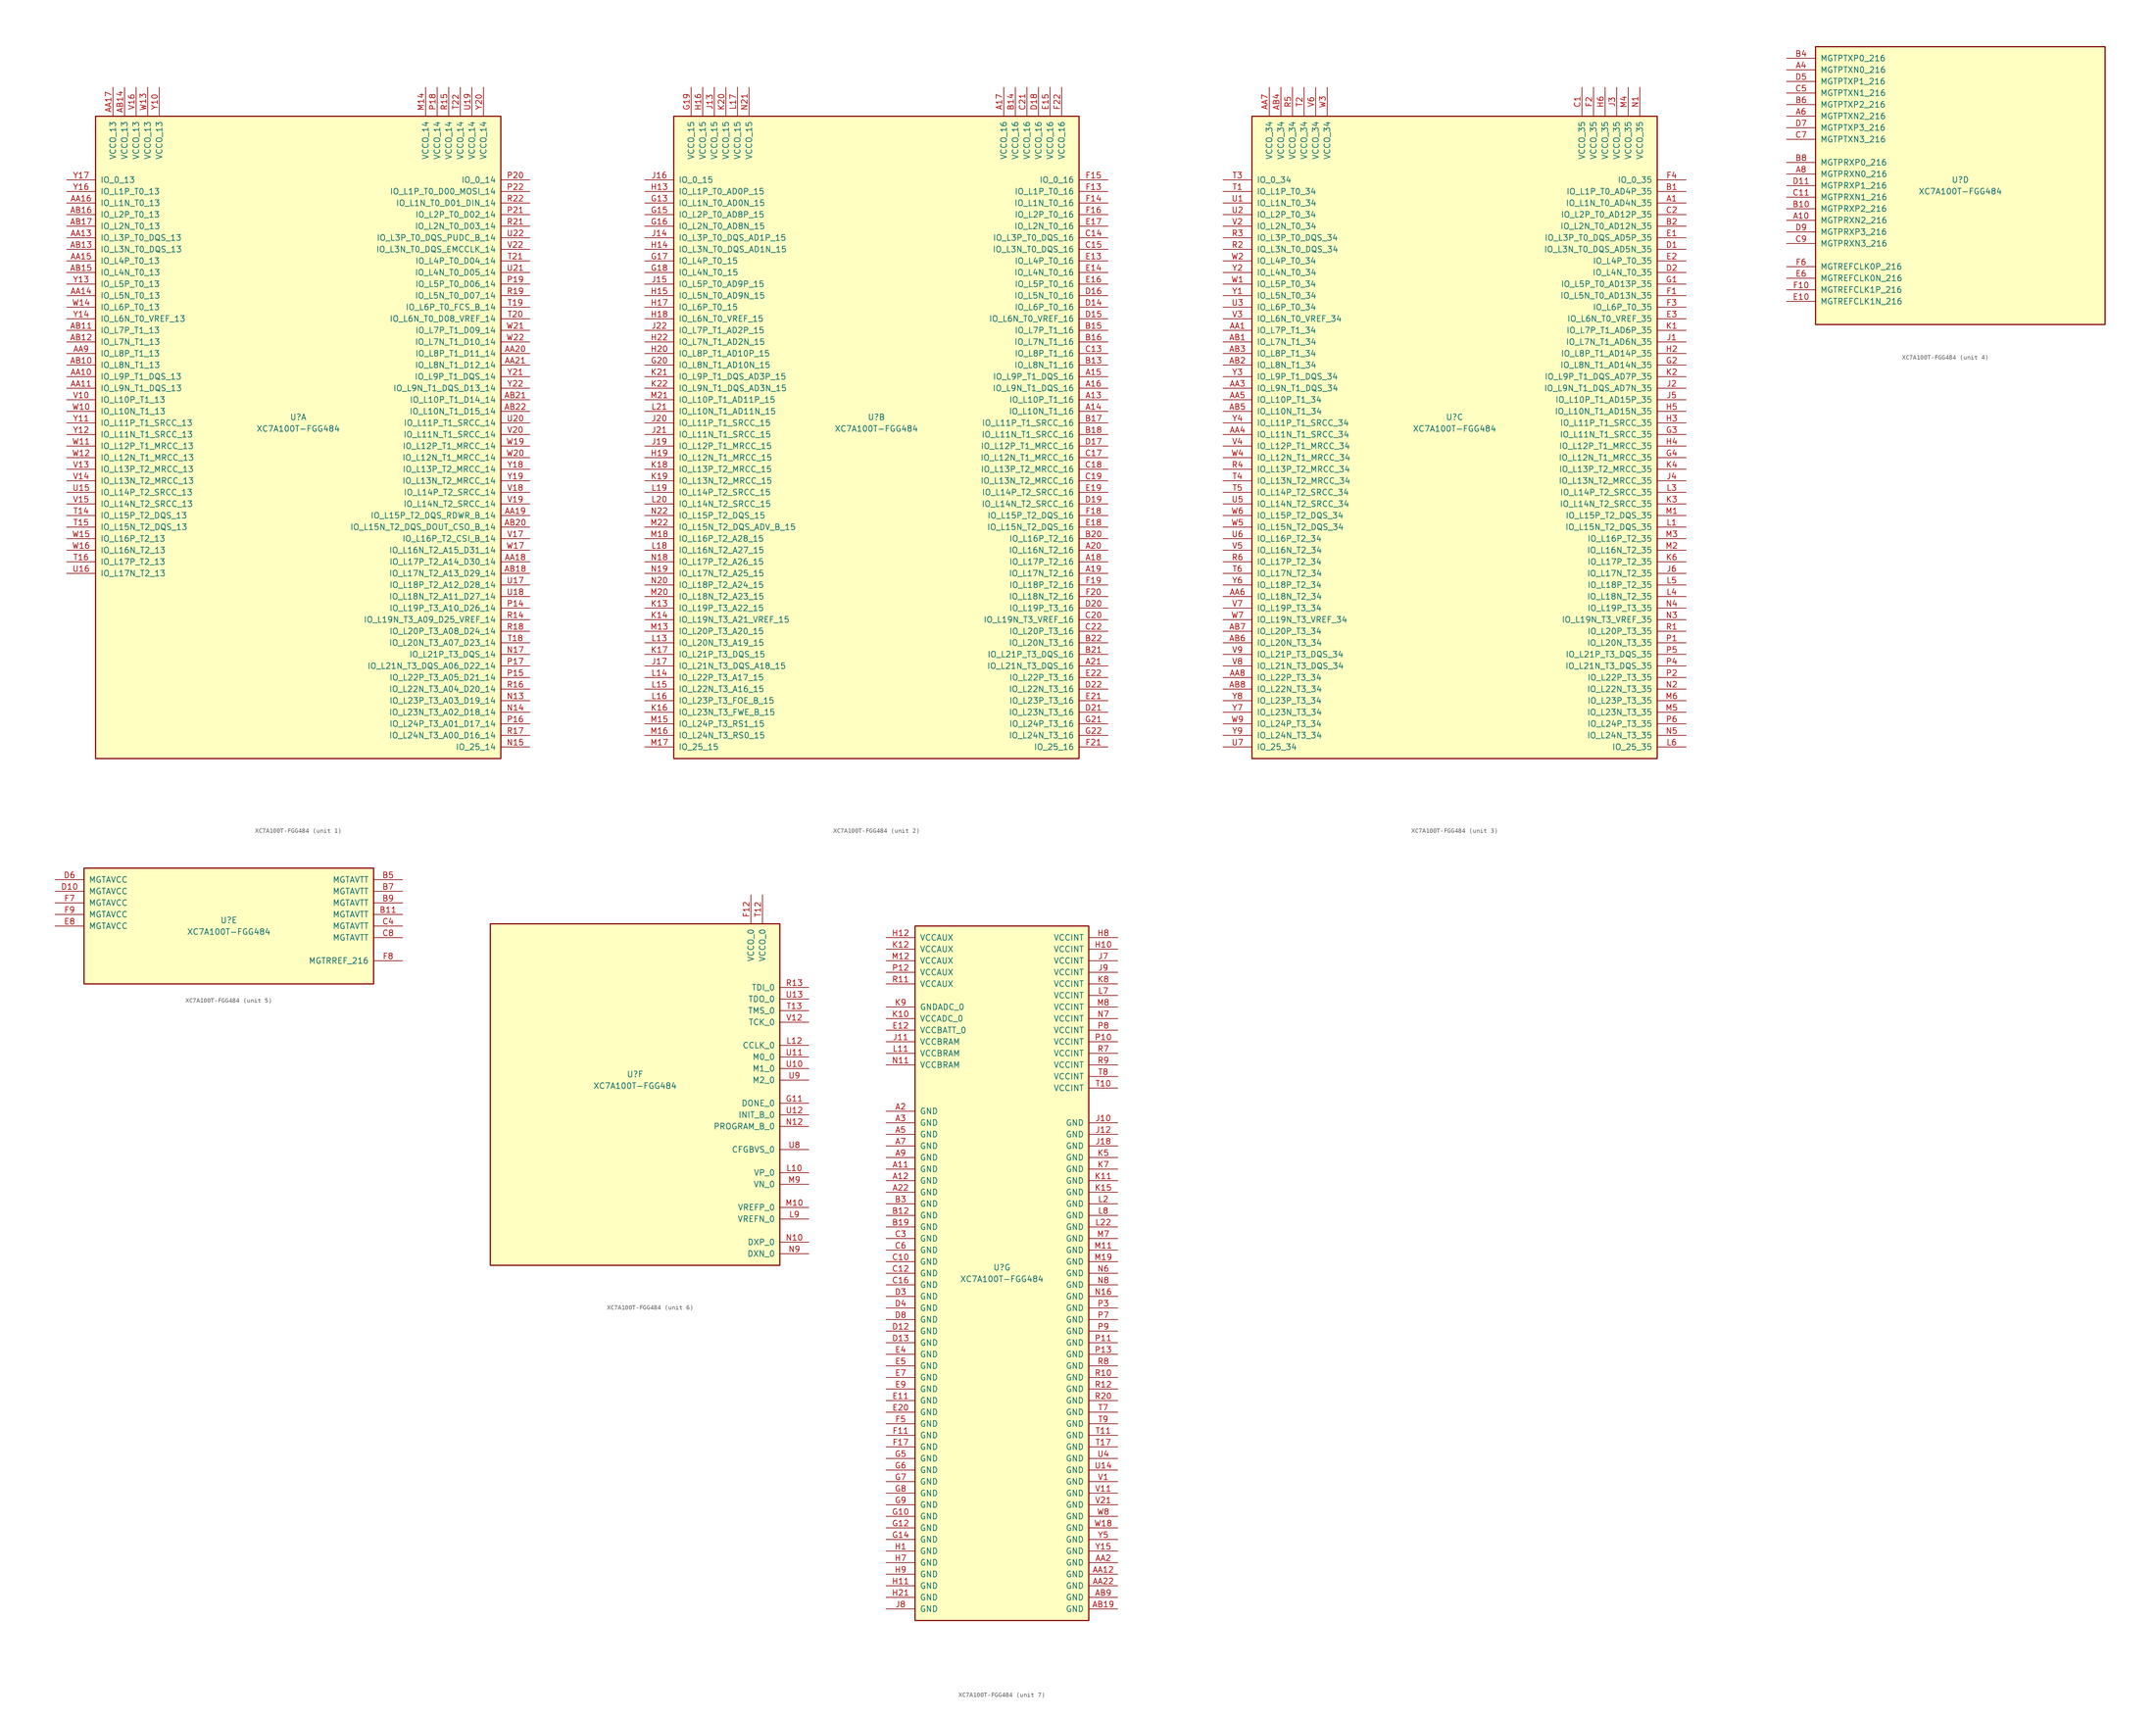
<source format=kicad_sym>
(kicad_symbol_lib
  (version 20201005)
  (generator kicad_symbol_editor)
  (symbol "FPGA_Xilinx_Artix7:XC7A100T-FGG484"
    (pin_names
      (offset 1.016))
    (property "Reference" "U"
      (at 0 1.27 0)
      (effects (font (size 1.27 1.27))))
    (property "Value" "XC7A100T-FGG484"
      (at 0 -1.27 0)
      (effects (font (size 1.27 1.27))))
    (property "Datasheet" ""
      (at 0 0 0)
      (effects (font (size 1.27 1.27))))
    (property "ki_locked" ""
      (at 0 0 0)
      (effects (font (size 1.27 1.27))))
    (symbol "XC7A100T-FGG484_1_1"
      (rectangle (start -44.45 67.31) (end 44.45 -73.66) (stroke (width 0.254)) (fill (type background)))
      (pin power_in line (at -40.64 73.66 270) (length 6.35) (name "VCCO_13" (effects (font (size 1.27 1.27)))) (number "AA17" (effects (font (size 1.27 1.27)))))
      (pin power_in line (at -38.1 73.66 270) (length 6.35) (name "VCCO_13" (effects (font (size 1.27 1.27)))) (number "AB14" (effects (font (size 1.27 1.27)))))
      (pin power_in line (at -35.56 73.66 270) (length 6.35) (name "VCCO_13" (effects (font (size 1.27 1.27)))) (number "V16" (effects (font (size 1.27 1.27)))))
      (pin power_in line (at -33.02 73.66 270) (length 6.35) (name "VCCO_13" (effects (font (size 1.27 1.27)))) (number "W13" (effects (font (size 1.27 1.27)))))
      (pin power_in line (at -30.48 73.66 270) (length 6.35) (name "VCCO_13" (effects (font (size 1.27 1.27)))) (number "Y10" (effects (font (size 1.27 1.27)))))
      (pin bidirectional line (at -50.8 53.34 0) (length 6.35) (name "IO_0_13" (effects (font (size 1.27 1.27)))) (number "Y17" (effects (font (size 1.27 1.27)))))
      (pin bidirectional line (at -50.8 50.8 0) (length 6.35) (name "IO_L1P_T0_13" (effects (font (size 1.27 1.27)))) (number "Y16" (effects (font (size 1.27 1.27)))))
      (pin bidirectional line (at -50.8 48.26 0) (length 6.35) (name "IO_L1N_T0_13" (effects (font (size 1.27 1.27)))) (number "AA16" (effects (font (size 1.27 1.27)))))
      (pin bidirectional line (at -50.8 45.72 0) (length 6.35) (name "IO_L2P_T0_13" (effects (font (size 1.27 1.27)))) (number "AB16" (effects (font (size 1.27 1.27)))))
      (pin bidirectional line (at -50.8 43.18 0) (length 6.35) (name "IO_L2N_T0_13" (effects (font (size 1.27 1.27)))) (number "AB17" (effects (font (size 1.27 1.27)))))
      (pin bidirectional line (at -50.8 40.64 0) (length 6.35) (name "IO_L3P_T0_DQS_13" (effects (font (size 1.27 1.27)))) (number "AA13" (effects (font (size 1.27 1.27)))))
      (pin bidirectional line (at -50.8 38.1 0) (length 6.35) (name "IO_L3N_T0_DQS_13" (effects (font (size 1.27 1.27)))) (number "AB13" (effects (font (size 1.27 1.27)))))
      (pin bidirectional line (at -50.8 35.56 0) (length 6.35) (name "IO_L4P_T0_13" (effects (font (size 1.27 1.27)))) (number "AA15" (effects (font (size 1.27 1.27)))))
      (pin bidirectional line (at -50.8 33.02 0) (length 6.35) (name "IO_L4N_T0_13" (effects (font (size 1.27 1.27)))) (number "AB15" (effects (font (size 1.27 1.27)))))
      (pin bidirectional line (at -50.8 30.48 0) (length 6.35) (name "IO_L5P_T0_13" (effects (font (size 1.27 1.27)))) (number "Y13" (effects (font (size 1.27 1.27)))))
      (pin bidirectional line (at -50.8 27.94 0) (length 6.35) (name "IO_L5N_T0_13" (effects (font (size 1.27 1.27)))) (number "AA14" (effects (font (size 1.27 1.27)))))
      (pin bidirectional line (at -50.8 25.4 0) (length 6.35) (name "IO_L6P_T0_13" (effects (font (size 1.27 1.27)))) (number "W14" (effects (font (size 1.27 1.27)))))
      (pin bidirectional line (at -50.8 22.86 0) (length 6.35) (name "IO_L6N_T0_VREF_13" (effects (font (size 1.27 1.27)))) (number "Y14" (effects (font (size 1.27 1.27)))))
      (pin bidirectional line (at -50.8 20.32 0) (length 6.35) (name "IO_L7P_T1_13" (effects (font (size 1.27 1.27)))) (number "AB11" (effects (font (size 1.27 1.27)))))
      (pin bidirectional line (at -50.8 17.78 0) (length 6.35) (name "IO_L7N_T1_13" (effects (font (size 1.27 1.27)))) (number "AB12" (effects (font (size 1.27 1.27)))))
      (pin bidirectional line (at -50.8 15.24 0) (length 6.35) (name "IO_L8P_T1_13" (effects (font (size 1.27 1.27)))) (number "AA9" (effects (font (size 1.27 1.27)))))
      (pin bidirectional line (at -50.8 12.7 0) (length 6.35) (name "IO_L8N_T1_13" (effects (font (size 1.27 1.27)))) (number "AB10" (effects (font (size 1.27 1.27)))))
      (pin bidirectional line (at -50.8 10.16 0) (length 6.35) (name "IO_L9P_T1_DQS_13" (effects (font (size 1.27 1.27)))) (number "AA10" (effects (font (size 1.27 1.27)))))
      (pin bidirectional line (at -50.8 7.62 0) (length 6.35) (name "IO_L9N_T1_DQS_13" (effects (font (size 1.27 1.27)))) (number "AA11" (effects (font (size 1.27 1.27)))))
      (pin bidirectional line (at -50.8 5.08 0) (length 6.35) (name "IO_L10P_T1_13" (effects (font (size 1.27 1.27)))) (number "V10" (effects (font (size 1.27 1.27)))))
      (pin bidirectional line (at -50.8 2.54 0) (length 6.35) (name "IO_L10N_T1_13" (effects (font (size 1.27 1.27)))) (number "W10" (effects (font (size 1.27 1.27)))))
      (pin bidirectional line (at -50.8 0 0) (length 6.35) (name "IO_L11P_T1_SRCC_13" (effects (font (size 1.27 1.27)))) (number "Y11" (effects (font (size 1.27 1.27)))))
      (pin bidirectional line (at -50.8 -2.54 0) (length 6.35) (name "IO_L11N_T1_SRCC_13" (effects (font (size 1.27 1.27)))) (number "Y12" (effects (font (size 1.27 1.27)))))
      (pin bidirectional line (at -50.8 -5.08 0) (length 6.35) (name "IO_L12P_T1_MRCC_13" (effects (font (size 1.27 1.27)))) (number "W11" (effects (font (size 1.27 1.27)))))
      (pin bidirectional line (at -50.8 -7.62 0) (length 6.35) (name "IO_L12N_T1_MRCC_13" (effects (font (size 1.27 1.27)))) (number "W12" (effects (font (size 1.27 1.27)))))
      (pin bidirectional line (at -50.8 -10.16 0) (length 6.35) (name "IO_L13P_T2_MRCC_13" (effects (font (size 1.27 1.27)))) (number "V13" (effects (font (size 1.27 1.27)))))
      (pin bidirectional line (at -50.8 -12.7 0) (length 6.35) (name "IO_L13N_T2_MRCC_13" (effects (font (size 1.27 1.27)))) (number "V14" (effects (font (size 1.27 1.27)))))
      (pin bidirectional line (at -50.8 -15.24 0) (length 6.35) (name "IO_L14P_T2_SRCC_13" (effects (font (size 1.27 1.27)))) (number "U15" (effects (font (size 1.27 1.27)))))
      (pin bidirectional line (at -50.8 -17.78 0) (length 6.35) (name "IO_L14N_T2_SRCC_13" (effects (font (size 1.27 1.27)))) (number "V15" (effects (font (size 1.27 1.27)))))
      (pin bidirectional line (at -50.8 -20.32 0) (length 6.35) (name "IO_L15P_T2_DQS_13" (effects (font (size 1.27 1.27)))) (number "T14" (effects (font (size 1.27 1.27)))))
      (pin bidirectional line (at -50.8 -22.86 0) (length 6.35) (name "IO_L15N_T2_DQS_13" (effects (font (size 1.27 1.27)))) (number "T15" (effects (font (size 1.27 1.27)))))
      (pin bidirectional line (at -50.8 -25.4 0) (length 6.35) (name "IO_L16P_T2_13" (effects (font (size 1.27 1.27)))) (number "W15" (effects (font (size 1.27 1.27)))))
      (pin bidirectional line (at -50.8 -27.94 0) (length 6.35) (name "IO_L16N_T2_13" (effects (font (size 1.27 1.27)))) (number "W16" (effects (font (size 1.27 1.27)))))
      (pin bidirectional line (at -50.8 -30.48 0) (length 6.35) (name "IO_L17P_T2_13" (effects (font (size 1.27 1.27)))) (number "T16" (effects (font (size 1.27 1.27)))))
      (pin bidirectional line (at -50.8 -33.02 0) (length 6.35) (name "IO_L17N_T2_13" (effects (font (size 1.27 1.27)))) (number "U16" (effects (font (size 1.27 1.27)))))
      (pin power_in line (at 27.94 73.66 270) (length 6.35) (name "VCCO_14" (effects (font (size 1.27 1.27)))) (number "M14" (effects (font (size 1.27 1.27)))))
      (pin power_in line (at 30.48 73.66 270) (length 6.35) (name "VCCO_14" (effects (font (size 1.27 1.27)))) (number "P18" (effects (font (size 1.27 1.27)))))
      (pin power_in line (at 33.02 73.66 270) (length 6.35) (name "VCCO_14" (effects (font (size 1.27 1.27)))) (number "R15" (effects (font (size 1.27 1.27)))))
      (pin power_in line (at 35.56 73.66 270) (length 6.35) (name "VCCO_14" (effects (font (size 1.27 1.27)))) (number "T22" (effects (font (size 1.27 1.27)))))
      (pin power_in line (at 38.1 73.66 270) (length 6.35) (name "VCCO_14" (effects (font (size 1.27 1.27)))) (number "U19" (effects (font (size 1.27 1.27)))))
      (pin power_in line (at 40.64 73.66 270) (length 6.35) (name "VCCO_14" (effects (font (size 1.27 1.27)))) (number "Y20" (effects (font (size 1.27 1.27)))))
      (pin bidirectional line (at 50.8 53.34 180) (length 6.35) (name "IO_0_14" (effects (font (size 1.27 1.27)))) (number "P20" (effects (font (size 1.27 1.27)))))
      (pin bidirectional line (at 50.8 50.8 180) (length 6.35) (name "IO_L1P_T0_D00_MOSI_14" (effects (font (size 1.27 1.27)))) (number "P22" (effects (font (size 1.27 1.27)))))
      (pin bidirectional line (at 50.8 48.26 180) (length 6.35) (name "IO_L1N_T0_D01_DIN_14" (effects (font (size 1.27 1.27)))) (number "R22" (effects (font (size 1.27 1.27)))))
      (pin bidirectional line (at 50.8 45.72 180) (length 6.35) (name "IO_L2P_T0_D02_14" (effects (font (size 1.27 1.27)))) (number "P21" (effects (font (size 1.27 1.27)))))
      (pin bidirectional line (at 50.8 43.18 180) (length 6.35) (name "IO_L2N_T0_D03_14" (effects (font (size 1.27 1.27)))) (number "R21" (effects (font (size 1.27 1.27)))))
      (pin bidirectional line (at 50.8 40.64 180) (length 6.35) (name "IO_L3P_T0_DQS_PUDC_B_14" (effects (font (size 1.27 1.27)))) (number "U22" (effects (font (size 1.27 1.27)))))
      (pin bidirectional line (at 50.8 38.1 180) (length 6.35) (name "IO_L3N_T0_DQS_EMCCLK_14" (effects (font (size 1.27 1.27)))) (number "V22" (effects (font (size 1.27 1.27)))))
      (pin bidirectional line (at 50.8 35.56 180) (length 6.35) (name "IO_L4P_T0_D04_14" (effects (font (size 1.27 1.27)))) (number "T21" (effects (font (size 1.27 1.27)))))
      (pin bidirectional line (at 50.8 33.02 180) (length 6.35) (name "IO_L4N_T0_D05_14" (effects (font (size 1.27 1.27)))) (number "U21" (effects (font (size 1.27 1.27)))))
      (pin bidirectional line (at 50.8 30.48 180) (length 6.35) (name "IO_L5P_T0_D06_14" (effects (font (size 1.27 1.27)))) (number "P19" (effects (font (size 1.27 1.27)))))
      (pin bidirectional line (at 50.8 27.94 180) (length 6.35) (name "IO_L5N_T0_D07_14" (effects (font (size 1.27 1.27)))) (number "R19" (effects (font (size 1.27 1.27)))))
      (pin bidirectional line (at 50.8 25.4 180) (length 6.35) (name "IO_L6P_T0_FCS_B_14" (effects (font (size 1.27 1.27)))) (number "T19" (effects (font (size 1.27 1.27)))))
      (pin bidirectional line (at 50.8 22.86 180) (length 6.35) (name "IO_L6N_T0_D08_VREF_14" (effects (font (size 1.27 1.27)))) (number "T20" (effects (font (size 1.27 1.27)))))
      (pin bidirectional line (at 50.8 20.32 180) (length 6.35) (name "IO_L7P_T1_D09_14" (effects (font (size 1.27 1.27)))) (number "W21" (effects (font (size 1.27 1.27)))))
      (pin bidirectional line (at 50.8 17.78 180) (length 6.35) (name "IO_L7N_T1_D10_14" (effects (font (size 1.27 1.27)))) (number "W22" (effects (font (size 1.27 1.27)))))
      (pin bidirectional line (at 50.8 15.24 180) (length 6.35) (name "IO_L8P_T1_D11_14" (effects (font (size 1.27 1.27)))) (number "AA20" (effects (font (size 1.27 1.27)))))
      (pin bidirectional line (at 50.8 12.7 180) (length 6.35) (name "IO_L8N_T1_D12_14" (effects (font (size 1.27 1.27)))) (number "AA21" (effects (font (size 1.27 1.27)))))
      (pin bidirectional line (at 50.8 10.16 180) (length 6.35) (name "IO_L9P_T1_DQS_14" (effects (font (size 1.27 1.27)))) (number "Y21" (effects (font (size 1.27 1.27)))))
      (pin bidirectional line (at 50.8 7.62 180) (length 6.35) (name "IO_L9N_T1_DQS_D13_14" (effects (font (size 1.27 1.27)))) (number "Y22" (effects (font (size 1.27 1.27)))))
      (pin bidirectional line (at 50.8 5.08 180) (length 6.35) (name "IO_L10P_T1_D14_14" (effects (font (size 1.27 1.27)))) (number "AB21" (effects (font (size 1.27 1.27)))))
      (pin bidirectional line (at 50.8 2.54 180) (length 6.35) (name "IO_L10N_T1_D15_14" (effects (font (size 1.27 1.27)))) (number "AB22" (effects (font (size 1.27 1.27)))))
      (pin bidirectional line (at 50.8 0 180) (length 6.35) (name "IO_L11P_T1_SRCC_14" (effects (font (size 1.27 1.27)))) (number "U20" (effects (font (size 1.27 1.27)))))
      (pin bidirectional line (at 50.8 -2.54 180) (length 6.35) (name "IO_L11N_T1_SRCC_14" (effects (font (size 1.27 1.27)))) (number "V20" (effects (font (size 1.27 1.27)))))
      (pin bidirectional line (at 50.8 -5.08 180) (length 6.35) (name "IO_L12P_T1_MRCC_14" (effects (font (size 1.27 1.27)))) (number "W19" (effects (font (size 1.27 1.27)))))
      (pin bidirectional line (at 50.8 -7.62 180) (length 6.35) (name "IO_L12N_T1_MRCC_14" (effects (font (size 1.27 1.27)))) (number "W20" (effects (font (size 1.27 1.27)))))
      (pin bidirectional line (at 50.8 -10.16 180) (length 6.35) (name "IO_L13P_T2_MRCC_14" (effects (font (size 1.27 1.27)))) (number "Y18" (effects (font (size 1.27 1.27)))))
      (pin bidirectional line (at 50.8 -12.7 180) (length 6.35) (name "IO_L13N_T2_MRCC_14" (effects (font (size 1.27 1.27)))) (number "Y19" (effects (font (size 1.27 1.27)))))
      (pin bidirectional line (at 50.8 -15.24 180) (length 6.35) (name "IO_L14P_T2_SRCC_14" (effects (font (size 1.27 1.27)))) (number "V18" (effects (font (size 1.27 1.27)))))
      (pin bidirectional line (at 50.8 -17.78 180) (length 6.35) (name "IO_L14N_T2_SRCC_14" (effects (font (size 1.27 1.27)))) (number "V19" (effects (font (size 1.27 1.27)))))
      (pin bidirectional line (at 50.8 -20.32 180) (length 6.35) (name "IO_L15P_T2_DQS_RDWR_B_14" (effects (font (size 1.27 1.27)))) (number "AA19" (effects (font (size 1.27 1.27)))))
      (pin bidirectional line (at 50.8 -22.86 180) (length 6.35) (name "IO_L15N_T2_DQS_DOUT_CSO_B_14" (effects (font (size 1.27 1.27)))) (number "AB20" (effects (font (size 1.27 1.27)))))
      (pin bidirectional line (at 50.8 -25.4 180) (length 6.35) (name "IO_L16P_T2_CSI_B_14" (effects (font (size 1.27 1.27)))) (number "V17" (effects (font (size 1.27 1.27)))))
      (pin bidirectional line (at 50.8 -27.94 180) (length 6.35) (name "IO_L16N_T2_A15_D31_14" (effects (font (size 1.27 1.27)))) (number "W17" (effects (font (size 1.27 1.27)))))
      (pin bidirectional line (at 50.8 -30.48 180) (length 6.35) (name "IO_L17P_T2_A14_D30_14" (effects (font (size 1.27 1.27)))) (number "AA18" (effects (font (size 1.27 1.27)))))
      (pin bidirectional line (at 50.8 -33.02 180) (length 6.35) (name "IO_L17N_T2_A13_D29_14" (effects (font (size 1.27 1.27)))) (number "AB18" (effects (font (size 1.27 1.27)))))
      (pin bidirectional line (at 50.8 -35.56 180) (length 6.35) (name "IO_L18P_T2_A12_D28_14" (effects (font (size 1.27 1.27)))) (number "U17" (effects (font (size 1.27 1.27)))))
      (pin bidirectional line (at 50.8 -38.1 180) (length 6.35) (name "IO_L18N_T2_A11_D27_14" (effects (font (size 1.27 1.27)))) (number "U18" (effects (font (size 1.27 1.27)))))
      (pin bidirectional line (at 50.8 -40.64 180) (length 6.35) (name "IO_L19P_T3_A10_D26_14" (effects (font (size 1.27 1.27)))) (number "P14" (effects (font (size 1.27 1.27)))))
      (pin bidirectional line (at 50.8 -43.18 180) (length 6.35) (name "IO_L19N_T3_A09_D25_VREF_14" (effects (font (size 1.27 1.27)))) (number "R14" (effects (font (size 1.27 1.27)))))
      (pin bidirectional line (at 50.8 -45.72 180) (length 6.35) (name "IO_L20P_T3_A08_D24_14" (effects (font (size 1.27 1.27)))) (number "R18" (effects (font (size 1.27 1.27)))))
      (pin bidirectional line (at 50.8 -48.26 180) (length 6.35) (name "IO_L20N_T3_A07_D23_14" (effects (font (size 1.27 1.27)))) (number "T18" (effects (font (size 1.27 1.27)))))
      (pin bidirectional line (at 50.8 -50.8 180) (length 6.35) (name "IO_L21P_T3_DQS_14" (effects (font (size 1.27 1.27)))) (number "N17" (effects (font (size 1.27 1.27)))))
      (pin bidirectional line (at 50.8 -53.34 180) (length 6.35) (name "IO_L21N_T3_DQS_A06_D22_14" (effects (font (size 1.27 1.27)))) (number "P17" (effects (font (size 1.27 1.27)))))
      (pin bidirectional line (at 50.8 -55.88 180) (length 6.35) (name "IO_L22P_T3_A05_D21_14" (effects (font (size 1.27 1.27)))) (number "P15" (effects (font (size 1.27 1.27)))))
      (pin bidirectional line (at 50.8 -58.42 180) (length 6.35) (name "IO_L22N_T3_A04_D20_14" (effects (font (size 1.27 1.27)))) (number "R16" (effects (font (size 1.27 1.27)))))
      (pin bidirectional line (at 50.8 -60.96 180) (length 6.35) (name "IO_L23P_T3_A03_D19_14" (effects (font (size 1.27 1.27)))) (number "N13" (effects (font (size 1.27 1.27)))))
      (pin bidirectional line (at 50.8 -63.5 180) (length 6.35) (name "IO_L23N_T3_A02_D18_14" (effects (font (size 1.27 1.27)))) (number "N14" (effects (font (size 1.27 1.27)))))
      (pin bidirectional line (at 50.8 -66.04 180) (length 6.35) (name "IO_L24P_T3_A01_D17_14" (effects (font (size 1.27 1.27)))) (number "P16" (effects (font (size 1.27 1.27)))))
      (pin bidirectional line (at 50.8 -68.58 180) (length 6.35) (name "IO_L24N_T3_A00_D16_14" (effects (font (size 1.27 1.27)))) (number "R17" (effects (font (size 1.27 1.27)))))
      (pin bidirectional line (at 50.8 -71.12 180) (length 6.35) (name "IO_25_14" (effects (font (size 1.27 1.27)))) (number "N15" (effects (font (size 1.27 1.27))))))
    (symbol "XC7A100T-FGG484_2_1"
      (rectangle (start -44.45 67.31) (end 44.45 -73.66) (stroke (width 0.254)) (fill (type background)))
      (pin power_in line (at -40.64 73.66 270) (length 6.35) (name "VCCO_15" (effects (font (size 1.27 1.27)))) (number "G19" (effects (font (size 1.27 1.27)))))
      (pin power_in line (at -38.1 73.66 270) (length 6.35) (name "VCCO_15" (effects (font (size 1.27 1.27)))) (number "H16" (effects (font (size 1.27 1.27)))))
      (pin power_in line (at -35.56 73.66 270) (length 6.35) (name "VCCO_15" (effects (font (size 1.27 1.27)))) (number "J13" (effects (font (size 1.27 1.27)))))
      (pin power_in line (at -33.02 73.66 270) (length 6.35) (name "VCCO_15" (effects (font (size 1.27 1.27)))) (number "K20" (effects (font (size 1.27 1.27)))))
      (pin power_in line (at -30.48 73.66 270) (length 6.35) (name "VCCO_15" (effects (font (size 1.27 1.27)))) (number "L17" (effects (font (size 1.27 1.27)))))
      (pin power_in line (at -27.94 73.66 270) (length 6.35) (name "VCCO_15" (effects (font (size 1.27 1.27)))) (number "N21" (effects (font (size 1.27 1.27)))))
      (pin bidirectional line (at -50.8 53.34 0) (length 6.35) (name "IO_0_15" (effects (font (size 1.27 1.27)))) (number "J16" (effects (font (size 1.27 1.27)))))
      (pin bidirectional line (at -50.8 50.8 0) (length 6.35) (name "IO_L1P_T0_AD0P_15" (effects (font (size 1.27 1.27)))) (number "H13" (effects (font (size 1.27 1.27)))))
      (pin bidirectional line (at -50.8 48.26 0) (length 6.35) (name "IO_L1N_T0_AD0N_15" (effects (font (size 1.27 1.27)))) (number "G13" (effects (font (size 1.27 1.27)))))
      (pin bidirectional line (at -50.8 45.72 0) (length 6.35) (name "IO_L2P_T0_AD8P_15" (effects (font (size 1.27 1.27)))) (number "G15" (effects (font (size 1.27 1.27)))))
      (pin bidirectional line (at -50.8 43.18 0) (length 6.35) (name "IO_L2N_T0_AD8N_15" (effects (font (size 1.27 1.27)))) (number "G16" (effects (font (size 1.27 1.27)))))
      (pin bidirectional line (at -50.8 40.64 0) (length 6.35) (name "IO_L3P_T0_DQS_AD1P_15" (effects (font (size 1.27 1.27)))) (number "J14" (effects (font (size 1.27 1.27)))))
      (pin bidirectional line (at -50.8 38.1 0) (length 6.35) (name "IO_L3N_T0_DQS_AD1N_15" (effects (font (size 1.27 1.27)))) (number "H14" (effects (font (size 1.27 1.27)))))
      (pin bidirectional line (at -50.8 35.56 0) (length 6.35) (name "IO_L4P_T0_15" (effects (font (size 1.27 1.27)))) (number "G17" (effects (font (size 1.27 1.27)))))
      (pin bidirectional line (at -50.8 33.02 0) (length 6.35) (name "IO_L4N_T0_15" (effects (font (size 1.27 1.27)))) (number "G18" (effects (font (size 1.27 1.27)))))
      (pin bidirectional line (at -50.8 30.48 0) (length 6.35) (name "IO_L5P_T0_AD9P_15" (effects (font (size 1.27 1.27)))) (number "J15" (effects (font (size 1.27 1.27)))))
      (pin bidirectional line (at -50.8 27.94 0) (length 6.35) (name "IO_L5N_T0_AD9N_15" (effects (font (size 1.27 1.27)))) (number "H15" (effects (font (size 1.27 1.27)))))
      (pin bidirectional line (at -50.8 25.4 0) (length 6.35) (name "IO_L6P_T0_15" (effects (font (size 1.27 1.27)))) (number "H17" (effects (font (size 1.27 1.27)))))
      (pin bidirectional line (at -50.8 22.86 0) (length 6.35) (name "IO_L6N_T0_VREF_15" (effects (font (size 1.27 1.27)))) (number "H18" (effects (font (size 1.27 1.27)))))
      (pin bidirectional line (at -50.8 20.32 0) (length 6.35) (name "IO_L7P_T1_AD2P_15" (effects (font (size 1.27 1.27)))) (number "J22" (effects (font (size 1.27 1.27)))))
      (pin bidirectional line (at -50.8 17.78 0) (length 6.35) (name "IO_L7N_T1_AD2N_15" (effects (font (size 1.27 1.27)))) (number "H22" (effects (font (size 1.27 1.27)))))
      (pin bidirectional line (at -50.8 15.24 0) (length 6.35) (name "IO_L8P_T1_AD10P_15" (effects (font (size 1.27 1.27)))) (number "H20" (effects (font (size 1.27 1.27)))))
      (pin bidirectional line (at -50.8 12.7 0) (length 6.35) (name "IO_L8N_T1_AD10N_15" (effects (font (size 1.27 1.27)))) (number "G20" (effects (font (size 1.27 1.27)))))
      (pin bidirectional line (at -50.8 10.16 0) (length 6.35) (name "IO_L9P_T1_DQS_AD3P_15" (effects (font (size 1.27 1.27)))) (number "K21" (effects (font (size 1.27 1.27)))))
      (pin bidirectional line (at -50.8 7.62 0) (length 6.35) (name "IO_L9N_T1_DQS_AD3N_15" (effects (font (size 1.27 1.27)))) (number "K22" (effects (font (size 1.27 1.27)))))
      (pin bidirectional line (at -50.8 5.08 0) (length 6.35) (name "IO_L10P_T1_AD11P_15" (effects (font (size 1.27 1.27)))) (number "M21" (effects (font (size 1.27 1.27)))))
      (pin bidirectional line (at -50.8 2.54 0) (length 6.35) (name "IO_L10N_T1_AD11N_15" (effects (font (size 1.27 1.27)))) (number "L21" (effects (font (size 1.27 1.27)))))
      (pin bidirectional line (at -50.8 0 0) (length 6.35) (name "IO_L11P_T1_SRCC_15" (effects (font (size 1.27 1.27)))) (number "J20" (effects (font (size 1.27 1.27)))))
      (pin bidirectional line (at -50.8 -2.54 0) (length 6.35) (name "IO_L11N_T1_SRCC_15" (effects (font (size 1.27 1.27)))) (number "J21" (effects (font (size 1.27 1.27)))))
      (pin bidirectional line (at -50.8 -5.08 0) (length 6.35) (name "IO_L12P_T1_MRCC_15" (effects (font (size 1.27 1.27)))) (number "J19" (effects (font (size 1.27 1.27)))))
      (pin bidirectional line (at -50.8 -7.62 0) (length 6.35) (name "IO_L12N_T1_MRCC_15" (effects (font (size 1.27 1.27)))) (number "H19" (effects (font (size 1.27 1.27)))))
      (pin bidirectional line (at -50.8 -10.16 0) (length 6.35) (name "IO_L13P_T2_MRCC_15" (effects (font (size 1.27 1.27)))) (number "K18" (effects (font (size 1.27 1.27)))))
      (pin bidirectional line (at -50.8 -12.7 0) (length 6.35) (name "IO_L13N_T2_MRCC_15" (effects (font (size 1.27 1.27)))) (number "K19" (effects (font (size 1.27 1.27)))))
      (pin bidirectional line (at -50.8 -15.24 0) (length 6.35) (name "IO_L14P_T2_SRCC_15" (effects (font (size 1.27 1.27)))) (number "L19" (effects (font (size 1.27 1.27)))))
      (pin bidirectional line (at -50.8 -17.78 0) (length 6.35) (name "IO_L14N_T2_SRCC_15" (effects (font (size 1.27 1.27)))) (number "L20" (effects (font (size 1.27 1.27)))))
      (pin bidirectional line (at -50.8 -20.32 0) (length 6.35) (name "IO_L15P_T2_DQS_15" (effects (font (size 1.27 1.27)))) (number "N22" (effects (font (size 1.27 1.27)))))
      (pin bidirectional line (at -50.8 -22.86 0) (length 6.35) (name "IO_L15N_T2_DQS_ADV_B_15" (effects (font (size 1.27 1.27)))) (number "M22" (effects (font (size 1.27 1.27)))))
      (pin bidirectional line (at -50.8 -25.4 0) (length 6.35) (name "IO_L16P_T2_A28_15" (effects (font (size 1.27 1.27)))) (number "M18" (effects (font (size 1.27 1.27)))))
      (pin bidirectional line (at -50.8 -27.94 0) (length 6.35) (name "IO_L16N_T2_A27_15" (effects (font (size 1.27 1.27)))) (number "L18" (effects (font (size 1.27 1.27)))))
      (pin bidirectional line (at -50.8 -30.48 0) (length 6.35) (name "IO_L17P_T2_A26_15" (effects (font (size 1.27 1.27)))) (number "N18" (effects (font (size 1.27 1.27)))))
      (pin bidirectional line (at -50.8 -33.02 0) (length 6.35) (name "IO_L17N_T2_A25_15" (effects (font (size 1.27 1.27)))) (number "N19" (effects (font (size 1.27 1.27)))))
      (pin bidirectional line (at -50.8 -35.56 0) (length 6.35) (name "IO_L18P_T2_A24_15" (effects (font (size 1.27 1.27)))) (number "N20" (effects (font (size 1.27 1.27)))))
      (pin bidirectional line (at -50.8 -38.1 0) (length 6.35) (name "IO_L18N_T2_A23_15" (effects (font (size 1.27 1.27)))) (number "M20" (effects (font (size 1.27 1.27)))))
      (pin bidirectional line (at -50.8 -40.64 0) (length 6.35) (name "IO_L19P_T3_A22_15" (effects (font (size 1.27 1.27)))) (number "K13" (effects (font (size 1.27 1.27)))))
      (pin bidirectional line (at -50.8 -43.18 0) (length 6.35) (name "IO_L19N_T3_A21_VREF_15" (effects (font (size 1.27 1.27)))) (number "K14" (effects (font (size 1.27 1.27)))))
      (pin bidirectional line (at -50.8 -45.72 0) (length 6.35) (name "IO_L20P_T3_A20_15" (effects (font (size 1.27 1.27)))) (number "M13" (effects (font (size 1.27 1.27)))))
      (pin bidirectional line (at -50.8 -48.26 0) (length 6.35) (name "IO_L20N_T3_A19_15" (effects (font (size 1.27 1.27)))) (number "L13" (effects (font (size 1.27 1.27)))))
      (pin bidirectional line (at -50.8 -50.8 0) (length 6.35) (name "IO_L21P_T3_DQS_15" (effects (font (size 1.27 1.27)))) (number "K17" (effects (font (size 1.27 1.27)))))
      (pin bidirectional line (at -50.8 -53.34 0) (length 6.35) (name "IO_L21N_T3_DQS_A18_15" (effects (font (size 1.27 1.27)))) (number "J17" (effects (font (size 1.27 1.27)))))
      (pin bidirectional line (at -50.8 -55.88 0) (length 6.35) (name "IO_L22P_T3_A17_15" (effects (font (size 1.27 1.27)))) (number "L14" (effects (font (size 1.27 1.27)))))
      (pin bidirectional line (at -50.8 -58.42 0) (length 6.35) (name "IO_L22N_T3_A16_15" (effects (font (size 1.27 1.27)))) (number "L15" (effects (font (size 1.27 1.27)))))
      (pin bidirectional line (at -50.8 -60.96 0) (length 6.35) (name "IO_L23P_T3_FOE_B_15" (effects (font (size 1.27 1.27)))) (number "L16" (effects (font (size 1.27 1.27)))))
      (pin bidirectional line (at -50.8 -63.5 0) (length 6.35) (name "IO_L23N_T3_FWE_B_15" (effects (font (size 1.27 1.27)))) (number "K16" (effects (font (size 1.27 1.27)))))
      (pin bidirectional line (at -50.8 -66.04 0) (length 6.35) (name "IO_L24P_T3_RS1_15" (effects (font (size 1.27 1.27)))) (number "M15" (effects (font (size 1.27 1.27)))))
      (pin bidirectional line (at -50.8 -68.58 0) (length 6.35) (name "IO_L24N_T3_RS0_15" (effects (font (size 1.27 1.27)))) (number "M16" (effects (font (size 1.27 1.27)))))
      (pin bidirectional line (at -50.8 -71.12 0) (length 6.35) (name "IO_25_15" (effects (font (size 1.27 1.27)))) (number "M17" (effects (font (size 1.27 1.27)))))
      (pin power_in line (at 27.94 73.66 270) (length 6.35) (name "VCCO_16" (effects (font (size 1.27 1.27)))) (number "A17" (effects (font (size 1.27 1.27)))))
      (pin power_in line (at 30.48 73.66 270) (length 6.35) (name "VCCO_16" (effects (font (size 1.27 1.27)))) (number "B14" (effects (font (size 1.27 1.27)))))
      (pin power_in line (at 33.02 73.66 270) (length 6.35) (name "VCCO_16" (effects (font (size 1.27 1.27)))) (number "C21" (effects (font (size 1.27 1.27)))))
      (pin power_in line (at 35.56 73.66 270) (length 6.35) (name "VCCO_16" (effects (font (size 1.27 1.27)))) (number "D18" (effects (font (size 1.27 1.27)))))
      (pin power_in line (at 38.1 73.66 270) (length 6.35) (name "VCCO_16" (effects (font (size 1.27 1.27)))) (number "E15" (effects (font (size 1.27 1.27)))))
      (pin power_in line (at 40.64 73.66 270) (length 6.35) (name "VCCO_16" (effects (font (size 1.27 1.27)))) (number "F22" (effects (font (size 1.27 1.27)))))
      (pin bidirectional line (at 50.8 53.34 180) (length 6.35) (name "IO_0_16" (effects (font (size 1.27 1.27)))) (number "F15" (effects (font (size 1.27 1.27)))))
      (pin bidirectional line (at 50.8 50.8 180) (length 6.35) (name "IO_L1P_T0_16" (effects (font (size 1.27 1.27)))) (number "F13" (effects (font (size 1.27 1.27)))))
      (pin bidirectional line (at 50.8 48.26 180) (length 6.35) (name "IO_L1N_T0_16" (effects (font (size 1.27 1.27)))) (number "F14" (effects (font (size 1.27 1.27)))))
      (pin bidirectional line (at 50.8 45.72 180) (length 6.35) (name "IO_L2P_T0_16" (effects (font (size 1.27 1.27)))) (number "F16" (effects (font (size 1.27 1.27)))))
      (pin bidirectional line (at 50.8 43.18 180) (length 6.35) (name "IO_L2N_T0_16" (effects (font (size 1.27 1.27)))) (number "E17" (effects (font (size 1.27 1.27)))))
      (pin bidirectional line (at 50.8 40.64 180) (length 6.35) (name "IO_L3P_T0_DQS_16" (effects (font (size 1.27 1.27)))) (number "C14" (effects (font (size 1.27 1.27)))))
      (pin bidirectional line (at 50.8 38.1 180) (length 6.35) (name "IO_L3N_T0_DQS_16" (effects (font (size 1.27 1.27)))) (number "C15" (effects (font (size 1.27 1.27)))))
      (pin bidirectional line (at 50.8 35.56 180) (length 6.35) (name "IO_L4P_T0_16" (effects (font (size 1.27 1.27)))) (number "E13" (effects (font (size 1.27 1.27)))))
      (pin bidirectional line (at 50.8 33.02 180) (length 6.35) (name "IO_L4N_T0_16" (effects (font (size 1.27 1.27)))) (number "E14" (effects (font (size 1.27 1.27)))))
      (pin bidirectional line (at 50.8 30.48 180) (length 6.35) (name "IO_L5P_T0_16" (effects (font (size 1.27 1.27)))) (number "E16" (effects (font (size 1.27 1.27)))))
      (pin bidirectional line (at 50.8 27.94 180) (length 6.35) (name "IO_L5N_T0_16" (effects (font (size 1.27 1.27)))) (number "D16" (effects (font (size 1.27 1.27)))))
      (pin bidirectional line (at 50.8 25.4 180) (length 6.35) (name "IO_L6P_T0_16" (effects (font (size 1.27 1.27)))) (number "D14" (effects (font (size 1.27 1.27)))))
      (pin bidirectional line (at 50.8 22.86 180) (length 6.35) (name "IO_L6N_T0_VREF_16" (effects (font (size 1.27 1.27)))) (number "D15" (effects (font (size 1.27 1.27)))))
      (pin bidirectional line (at 50.8 20.32 180) (length 6.35) (name "IO_L7P_T1_16" (effects (font (size 1.27 1.27)))) (number "B15" (effects (font (size 1.27 1.27)))))
      (pin bidirectional line (at 50.8 17.78 180) (length 6.35) (name "IO_L7N_T1_16" (effects (font (size 1.27 1.27)))) (number "B16" (effects (font (size 1.27 1.27)))))
      (pin bidirectional line (at 50.8 15.24 180) (length 6.35) (name "IO_L8P_T1_16" (effects (font (size 1.27 1.27)))) (number "C13" (effects (font (size 1.27 1.27)))))
      (pin bidirectional line (at 50.8 12.7 180) (length 6.35) (name "IO_L8N_T1_16" (effects (font (size 1.27 1.27)))) (number "B13" (effects (font (size 1.27 1.27)))))
      (pin bidirectional line (at 50.8 10.16 180) (length 6.35) (name "IO_L9P_T1_DQS_16" (effects (font (size 1.27 1.27)))) (number "A15" (effects (font (size 1.27 1.27)))))
      (pin bidirectional line (at 50.8 7.62 180) (length 6.35) (name "IO_L9N_T1_DQS_16" (effects (font (size 1.27 1.27)))) (number "A16" (effects (font (size 1.27 1.27)))))
      (pin bidirectional line (at 50.8 5.08 180) (length 6.35) (name "IO_L10P_T1_16" (effects (font (size 1.27 1.27)))) (number "A13" (effects (font (size 1.27 1.27)))))
      (pin bidirectional line (at 50.8 2.54 180) (length 6.35) (name "IO_L10N_T1_16" (effects (font (size 1.27 1.27)))) (number "A14" (effects (font (size 1.27 1.27)))))
      (pin bidirectional line (at 50.8 0 180) (length 6.35) (name "IO_L11P_T1_SRCC_16" (effects (font (size 1.27 1.27)))) (number "B17" (effects (font (size 1.27 1.27)))))
      (pin bidirectional line (at 50.8 -2.54 180) (length 6.35) (name "IO_L11N_T1_SRCC_16" (effects (font (size 1.27 1.27)))) (number "B18" (effects (font (size 1.27 1.27)))))
      (pin bidirectional line (at 50.8 -5.08 180) (length 6.35) (name "IO_L12P_T1_MRCC_16" (effects (font (size 1.27 1.27)))) (number "D17" (effects (font (size 1.27 1.27)))))
      (pin bidirectional line (at 50.8 -7.62 180) (length 6.35) (name "IO_L12N_T1_MRCC_16" (effects (font (size 1.27 1.27)))) (number "C17" (effects (font (size 1.27 1.27)))))
      (pin bidirectional line (at 50.8 -10.16 180) (length 6.35) (name "IO_L13P_T2_MRCC_16" (effects (font (size 1.27 1.27)))) (number "C18" (effects (font (size 1.27 1.27)))))
      (pin bidirectional line (at 50.8 -12.7 180) (length 6.35) (name "IO_L13N_T2_MRCC_16" (effects (font (size 1.27 1.27)))) (number "C19" (effects (font (size 1.27 1.27)))))
      (pin bidirectional line (at 50.8 -15.24 180) (length 6.35) (name "IO_L14P_T2_SRCC_16" (effects (font (size 1.27 1.27)))) (number "E19" (effects (font (size 1.27 1.27)))))
      (pin bidirectional line (at 50.8 -17.78 180) (length 6.35) (name "IO_L14N_T2_SRCC_16" (effects (font (size 1.27 1.27)))) (number "D19" (effects (font (size 1.27 1.27)))))
      (pin bidirectional line (at 50.8 -20.32 180) (length 6.35) (name "IO_L15P_T2_DQS_16" (effects (font (size 1.27 1.27)))) (number "F18" (effects (font (size 1.27 1.27)))))
      (pin bidirectional line (at 50.8 -22.86 180) (length 6.35) (name "IO_L15N_T2_DQS_16" (effects (font (size 1.27 1.27)))) (number "E18" (effects (font (size 1.27 1.27)))))
      (pin bidirectional line (at 50.8 -25.4 180) (length 6.35) (name "IO_L16P_T2_16" (effects (font (size 1.27 1.27)))) (number "B20" (effects (font (size 1.27 1.27)))))
      (pin bidirectional line (at 50.8 -27.94 180) (length 6.35) (name "IO_L16N_T2_16" (effects (font (size 1.27 1.27)))) (number "A20" (effects (font (size 1.27 1.27)))))
      (pin bidirectional line (at 50.8 -30.48 180) (length 6.35) (name "IO_L17P_T2_16" (effects (font (size 1.27 1.27)))) (number "A18" (effects (font (size 1.27 1.27)))))
      (pin bidirectional line (at 50.8 -33.02 180) (length 6.35) (name "IO_L17N_T2_16" (effects (font (size 1.27 1.27)))) (number "A19" (effects (font (size 1.27 1.27)))))
      (pin bidirectional line (at 50.8 -35.56 180) (length 6.35) (name "IO_L18P_T2_16" (effects (font (size 1.27 1.27)))) (number "F19" (effects (font (size 1.27 1.27)))))
      (pin bidirectional line (at 50.8 -38.1 180) (length 6.35) (name "IO_L18N_T2_16" (effects (font (size 1.27 1.27)))) (number "F20" (effects (font (size 1.27 1.27)))))
      (pin bidirectional line (at 50.8 -40.64 180) (length 6.35) (name "IO_L19P_T3_16" (effects (font (size 1.27 1.27)))) (number "D20" (effects (font (size 1.27 1.27)))))
      (pin bidirectional line (at 50.8 -43.18 180) (length 6.35) (name "IO_L19N_T3_VREF_16" (effects (font (size 1.27 1.27)))) (number "C20" (effects (font (size 1.27 1.27)))))
      (pin bidirectional line (at 50.8 -45.72 180) (length 6.35) (name "IO_L20P_T3_16" (effects (font (size 1.27 1.27)))) (number "C22" (effects (font (size 1.27 1.27)))))
      (pin bidirectional line (at 50.8 -48.26 180) (length 6.35) (name "IO_L20N_T3_16" (effects (font (size 1.27 1.27)))) (number "B22" (effects (font (size 1.27 1.27)))))
      (pin bidirectional line (at 50.8 -50.8 180) (length 6.35) (name "IO_L21P_T3_DQS_16" (effects (font (size 1.27 1.27)))) (number "B21" (effects (font (size 1.27 1.27)))))
      (pin bidirectional line (at 50.8 -53.34 180) (length 6.35) (name "IO_L21N_T3_DQS_16" (effects (font (size 1.27 1.27)))) (number "A21" (effects (font (size 1.27 1.27)))))
      (pin bidirectional line (at 50.8 -55.88 180) (length 6.35) (name "IO_L22P_T3_16" (effects (font (size 1.27 1.27)))) (number "E22" (effects (font (size 1.27 1.27)))))
      (pin bidirectional line (at 50.8 -58.42 180) (length 6.35) (name "IO_L22N_T3_16" (effects (font (size 1.27 1.27)))) (number "D22" (effects (font (size 1.27 1.27)))))
      (pin bidirectional line (at 50.8 -60.96 180) (length 6.35) (name "IO_L23P_T3_16" (effects (font (size 1.27 1.27)))) (number "E21" (effects (font (size 1.27 1.27)))))
      (pin bidirectional line (at 50.8 -63.5 180) (length 6.35) (name "IO_L23N_T3_16" (effects (font (size 1.27 1.27)))) (number "D21" (effects (font (size 1.27 1.27)))))
      (pin bidirectional line (at 50.8 -66.04 180) (length 6.35) (name "IO_L24P_T3_16" (effects (font (size 1.27 1.27)))) (number "G21" (effects (font (size 1.27 1.27)))))
      (pin bidirectional line (at 50.8 -68.58 180) (length 6.35) (name "IO_L24N_T3_16" (effects (font (size 1.27 1.27)))) (number "G22" (effects (font (size 1.27 1.27)))))
      (pin bidirectional line (at 50.8 -71.12 180) (length 6.35) (name "IO_25_16" (effects (font (size 1.27 1.27)))) (number "F21" (effects (font (size 1.27 1.27))))))
    (symbol "XC7A100T-FGG484_3_1"
      (rectangle (start -44.45 67.31) (end 44.45 -73.66) (stroke (width 0.254)) (fill (type background)))
      (pin power_in line (at -40.64 73.66 270) (length 6.35) (name "VCCO_34" (effects (font (size 1.27 1.27)))) (number "AA7" (effects (font (size 1.27 1.27)))))
      (pin power_in line (at -38.1 73.66 270) (length 6.35) (name "VCCO_34" (effects (font (size 1.27 1.27)))) (number "AB4" (effects (font (size 1.27 1.27)))))
      (pin power_in line (at -35.56 73.66 270) (length 6.35) (name "VCCO_34" (effects (font (size 1.27 1.27)))) (number "R5" (effects (font (size 1.27 1.27)))))
      (pin power_in line (at -33.02 73.66 270) (length 6.35) (name "VCCO_34" (effects (font (size 1.27 1.27)))) (number "T2" (effects (font (size 1.27 1.27)))))
      (pin power_in line (at -30.48 73.66 270) (length 6.35) (name "VCCO_34" (effects (font (size 1.27 1.27)))) (number "V6" (effects (font (size 1.27 1.27)))))
      (pin power_in line (at -27.94 73.66 270) (length 6.35) (name "VCCO_34" (effects (font (size 1.27 1.27)))) (number "W3" (effects (font (size 1.27 1.27)))))
      (pin bidirectional line (at -50.8 53.34 0) (length 6.35) (name "IO_0_34" (effects (font (size 1.27 1.27)))) (number "T3" (effects (font (size 1.27 1.27)))))
      (pin bidirectional line (at -50.8 50.8 0) (length 6.35) (name "IO_L1P_T0_34" (effects (font (size 1.27 1.27)))) (number "T1" (effects (font (size 1.27 1.27)))))
      (pin bidirectional line (at -50.8 48.26 0) (length 6.35) (name "IO_L1N_T0_34" (effects (font (size 1.27 1.27)))) (number "U1" (effects (font (size 1.27 1.27)))))
      (pin bidirectional line (at -50.8 45.72 0) (length 6.35) (name "IO_L2P_T0_34" (effects (font (size 1.27 1.27)))) (number "U2" (effects (font (size 1.27 1.27)))))
      (pin bidirectional line (at -50.8 43.18 0) (length 6.35) (name "IO_L2N_T0_34" (effects (font (size 1.27 1.27)))) (number "V2" (effects (font (size 1.27 1.27)))))
      (pin bidirectional line (at -50.8 40.64 0) (length 6.35) (name "IO_L3P_T0_DQS_34" (effects (font (size 1.27 1.27)))) (number "R3" (effects (font (size 1.27 1.27)))))
      (pin bidirectional line (at -50.8 38.1 0) (length 6.35) (name "IO_L3N_T0_DQS_34" (effects (font (size 1.27 1.27)))) (number "R2" (effects (font (size 1.27 1.27)))))
      (pin bidirectional line (at -50.8 35.56 0) (length 6.35) (name "IO_L4P_T0_34" (effects (font (size 1.27 1.27)))) (number "W2" (effects (font (size 1.27 1.27)))))
      (pin bidirectional line (at -50.8 33.02 0) (length 6.35) (name "IO_L4N_T0_34" (effects (font (size 1.27 1.27)))) (number "Y2" (effects (font (size 1.27 1.27)))))
      (pin bidirectional line (at -50.8 30.48 0) (length 6.35) (name "IO_L5P_T0_34" (effects (font (size 1.27 1.27)))) (number "W1" (effects (font (size 1.27 1.27)))))
      (pin bidirectional line (at -50.8 27.94 0) (length 6.35) (name "IO_L5N_T0_34" (effects (font (size 1.27 1.27)))) (number "Y1" (effects (font (size 1.27 1.27)))))
      (pin bidirectional line (at -50.8 25.4 0) (length 6.35) (name "IO_L6P_T0_34" (effects (font (size 1.27 1.27)))) (number "U3" (effects (font (size 1.27 1.27)))))
      (pin bidirectional line (at -50.8 22.86 0) (length 6.35) (name "IO_L6N_T0_VREF_34" (effects (font (size 1.27 1.27)))) (number "V3" (effects (font (size 1.27 1.27)))))
      (pin bidirectional line (at -50.8 20.32 0) (length 6.35) (name "IO_L7P_T1_34" (effects (font (size 1.27 1.27)))) (number "AA1" (effects (font (size 1.27 1.27)))))
      (pin bidirectional line (at -50.8 17.78 0) (length 6.35) (name "IO_L7N_T1_34" (effects (font (size 1.27 1.27)))) (number "AB1" (effects (font (size 1.27 1.27)))))
      (pin bidirectional line (at -50.8 15.24 0) (length 6.35) (name "IO_L8P_T1_34" (effects (font (size 1.27 1.27)))) (number "AB3" (effects (font (size 1.27 1.27)))))
      (pin bidirectional line (at -50.8 12.7 0) (length 6.35) (name "IO_L8N_T1_34" (effects (font (size 1.27 1.27)))) (number "AB2" (effects (font (size 1.27 1.27)))))
      (pin bidirectional line (at -50.8 10.16 0) (length 6.35) (name "IO_L9P_T1_DQS_34" (effects (font (size 1.27 1.27)))) (number "Y3" (effects (font (size 1.27 1.27)))))
      (pin bidirectional line (at -50.8 7.62 0) (length 6.35) (name "IO_L9N_T1_DQS_34" (effects (font (size 1.27 1.27)))) (number "AA3" (effects (font (size 1.27 1.27)))))
      (pin bidirectional line (at -50.8 5.08 0) (length 6.35) (name "IO_L10P_T1_34" (effects (font (size 1.27 1.27)))) (number "AA5" (effects (font (size 1.27 1.27)))))
      (pin bidirectional line (at -50.8 2.54 0) (length 6.35) (name "IO_L10N_T1_34" (effects (font (size 1.27 1.27)))) (number "AB5" (effects (font (size 1.27 1.27)))))
      (pin bidirectional line (at -50.8 0 0) (length 6.35) (name "IO_L11P_T1_SRCC_34" (effects (font (size 1.27 1.27)))) (number "Y4" (effects (font (size 1.27 1.27)))))
      (pin bidirectional line (at -50.8 -2.54 0) (length 6.35) (name "IO_L11N_T1_SRCC_34" (effects (font (size 1.27 1.27)))) (number "AA4" (effects (font (size 1.27 1.27)))))
      (pin bidirectional line (at -50.8 -5.08 0) (length 6.35) (name "IO_L12P_T1_MRCC_34" (effects (font (size 1.27 1.27)))) (number "V4" (effects (font (size 1.27 1.27)))))
      (pin bidirectional line (at -50.8 -7.62 0) (length 6.35) (name "IO_L12N_T1_MRCC_34" (effects (font (size 1.27 1.27)))) (number "W4" (effects (font (size 1.27 1.27)))))
      (pin bidirectional line (at -50.8 -10.16 0) (length 6.35) (name "IO_L13P_T2_MRCC_34" (effects (font (size 1.27 1.27)))) (number "R4" (effects (font (size 1.27 1.27)))))
      (pin bidirectional line (at -50.8 -12.7 0) (length 6.35) (name "IO_L13N_T2_MRCC_34" (effects (font (size 1.27 1.27)))) (number "T4" (effects (font (size 1.27 1.27)))))
      (pin bidirectional line (at -50.8 -15.24 0) (length 6.35) (name "IO_L14P_T2_SRCC_34" (effects (font (size 1.27 1.27)))) (number "T5" (effects (font (size 1.27 1.27)))))
      (pin bidirectional line (at -50.8 -17.78 0) (length 6.35) (name "IO_L14N_T2_SRCC_34" (effects (font (size 1.27 1.27)))) (number "U5" (effects (font (size 1.27 1.27)))))
      (pin bidirectional line (at -50.8 -20.32 0) (length 6.35) (name "IO_L15P_T2_DQS_34" (effects (font (size 1.27 1.27)))) (number "W6" (effects (font (size 1.27 1.27)))))
      (pin bidirectional line (at -50.8 -22.86 0) (length 6.35) (name "IO_L15N_T2_DQS_34" (effects (font (size 1.27 1.27)))) (number "W5" (effects (font (size 1.27 1.27)))))
      (pin bidirectional line (at -50.8 -25.4 0) (length 6.35) (name "IO_L16P_T2_34" (effects (font (size 1.27 1.27)))) (number "U6" (effects (font (size 1.27 1.27)))))
      (pin bidirectional line (at -50.8 -27.94 0) (length 6.35) (name "IO_L16N_T2_34" (effects (font (size 1.27 1.27)))) (number "V5" (effects (font (size 1.27 1.27)))))
      (pin bidirectional line (at -50.8 -30.48 0) (length 6.35) (name "IO_L17P_T2_34" (effects (font (size 1.27 1.27)))) (number "R6" (effects (font (size 1.27 1.27)))))
      (pin bidirectional line (at -50.8 -33.02 0) (length 6.35) (name "IO_L17N_T2_34" (effects (font (size 1.27 1.27)))) (number "T6" (effects (font (size 1.27 1.27)))))
      (pin bidirectional line (at -50.8 -35.56 0) (length 6.35) (name "IO_L18P_T2_34" (effects (font (size 1.27 1.27)))) (number "Y6" (effects (font (size 1.27 1.27)))))
      (pin bidirectional line (at -50.8 -38.1 0) (length 6.35) (name "IO_L18N_T2_34" (effects (font (size 1.27 1.27)))) (number "AA6" (effects (font (size 1.27 1.27)))))
      (pin bidirectional line (at -50.8 -40.64 0) (length 6.35) (name "IO_L19P_T3_34" (effects (font (size 1.27 1.27)))) (number "V7" (effects (font (size 1.27 1.27)))))
      (pin bidirectional line (at -50.8 -43.18 0) (length 6.35) (name "IO_L19N_T3_VREF_34" (effects (font (size 1.27 1.27)))) (number "W7" (effects (font (size 1.27 1.27)))))
      (pin bidirectional line (at -50.8 -45.72 0) (length 6.35) (name "IO_L20P_T3_34" (effects (font (size 1.27 1.27)))) (number "AB7" (effects (font (size 1.27 1.27)))))
      (pin bidirectional line (at -50.8 -48.26 0) (length 6.35) (name "IO_L20N_T3_34" (effects (font (size 1.27 1.27)))) (number "AB6" (effects (font (size 1.27 1.27)))))
      (pin bidirectional line (at -50.8 -50.8 0) (length 6.35) (name "IO_L21P_T3_DQS_34" (effects (font (size 1.27 1.27)))) (number "V9" (effects (font (size 1.27 1.27)))))
      (pin bidirectional line (at -50.8 -53.34 0) (length 6.35) (name "IO_L21N_T3_DQS_34" (effects (font (size 1.27 1.27)))) (number "V8" (effects (font (size 1.27 1.27)))))
      (pin bidirectional line (at -50.8 -55.88 0) (length 6.35) (name "IO_L22P_T3_34" (effects (font (size 1.27 1.27)))) (number "AA8" (effects (font (size 1.27 1.27)))))
      (pin bidirectional line (at -50.8 -58.42 0) (length 6.35) (name "IO_L22N_T3_34" (effects (font (size 1.27 1.27)))) (number "AB8" (effects (font (size 1.27 1.27)))))
      (pin bidirectional line (at -50.8 -60.96 0) (length 6.35) (name "IO_L23P_T3_34" (effects (font (size 1.27 1.27)))) (number "Y8" (effects (font (size 1.27 1.27)))))
      (pin bidirectional line (at -50.8 -63.5 0) (length 6.35) (name "IO_L23N_T3_34" (effects (font (size 1.27 1.27)))) (number "Y7" (effects (font (size 1.27 1.27)))))
      (pin bidirectional line (at -50.8 -66.04 0) (length 6.35) (name "IO_L24P_T3_34" (effects (font (size 1.27 1.27)))) (number "W9" (effects (font (size 1.27 1.27)))))
      (pin bidirectional line (at -50.8 -68.58 0) (length 6.35) (name "IO_L24N_T3_34" (effects (font (size 1.27 1.27)))) (number "Y9" (effects (font (size 1.27 1.27)))))
      (pin bidirectional line (at -50.8 -71.12 0) (length 6.35) (name "IO_25_34" (effects (font (size 1.27 1.27)))) (number "U7" (effects (font (size 1.27 1.27)))))
      (pin power_in line (at 27.94 73.66 270) (length 6.35) (name "VCCO_35" (effects (font (size 1.27 1.27)))) (number "C1" (effects (font (size 1.27 1.27)))))
      (pin power_in line (at 30.48 73.66 270) (length 6.35) (name "VCCO_35" (effects (font (size 1.27 1.27)))) (number "F2" (effects (font (size 1.27 1.27)))))
      (pin power_in line (at 33.02 73.66 270) (length 6.35) (name "VCCO_35" (effects (font (size 1.27 1.27)))) (number "H6" (effects (font (size 1.27 1.27)))))
      (pin power_in line (at 35.56 73.66 270) (length 6.35) (name "VCCO_35" (effects (font (size 1.27 1.27)))) (number "J3" (effects (font (size 1.27 1.27)))))
      (pin power_in line (at 38.1 73.66 270) (length 6.35) (name "VCCO_35" (effects (font (size 1.27 1.27)))) (number "M4" (effects (font (size 1.27 1.27)))))
      (pin power_in line (at 40.64 73.66 270) (length 6.35) (name "VCCO_35" (effects (font (size 1.27 1.27)))) (number "N1" (effects (font (size 1.27 1.27)))))
      (pin bidirectional line (at 50.8 53.34 180) (length 6.35) (name "IO_0_35" (effects (font (size 1.27 1.27)))) (number "F4" (effects (font (size 1.27 1.27)))))
      (pin bidirectional line (at 50.8 50.8 180) (length 6.35) (name "IO_L1P_T0_AD4P_35" (effects (font (size 1.27 1.27)))) (number "B1" (effects (font (size 1.27 1.27)))))
      (pin bidirectional line (at 50.8 48.26 180) (length 6.35) (name "IO_L1N_T0_AD4N_35" (effects (font (size 1.27 1.27)))) (number "A1" (effects (font (size 1.27 1.27)))))
      (pin bidirectional line (at 50.8 45.72 180) (length 6.35) (name "IO_L2P_T0_AD12P_35" (effects (font (size 1.27 1.27)))) (number "C2" (effects (font (size 1.27 1.27)))))
      (pin bidirectional line (at 50.8 43.18 180) (length 6.35) (name "IO_L2N_T0_AD12N_35" (effects (font (size 1.27 1.27)))) (number "B2" (effects (font (size 1.27 1.27)))))
      (pin bidirectional line (at 50.8 40.64 180) (length 6.35) (name "IO_L3P_T0_DQS_AD5P_35" (effects (font (size 1.27 1.27)))) (number "E1" (effects (font (size 1.27 1.27)))))
      (pin bidirectional line (at 50.8 38.1 180) (length 6.35) (name "IO_L3N_T0_DQS_AD5N_35" (effects (font (size 1.27 1.27)))) (number "D1" (effects (font (size 1.27 1.27)))))
      (pin bidirectional line (at 50.8 35.56 180) (length 6.35) (name "IO_L4P_T0_35" (effects (font (size 1.27 1.27)))) (number "E2" (effects (font (size 1.27 1.27)))))
      (pin bidirectional line (at 50.8 33.02 180) (length 6.35) (name "IO_L4N_T0_35" (effects (font (size 1.27 1.27)))) (number "D2" (effects (font (size 1.27 1.27)))))
      (pin bidirectional line (at 50.8 30.48 180) (length 6.35) (name "IO_L5P_T0_AD13P_35" (effects (font (size 1.27 1.27)))) (number "G1" (effects (font (size 1.27 1.27)))))
      (pin bidirectional line (at 50.8 27.94 180) (length 6.35) (name "IO_L5N_T0_AD13N_35" (effects (font (size 1.27 1.27)))) (number "F1" (effects (font (size 1.27 1.27)))))
      (pin bidirectional line (at 50.8 25.4 180) (length 6.35) (name "IO_L6P_T0_35" (effects (font (size 1.27 1.27)))) (number "F3" (effects (font (size 1.27 1.27)))))
      (pin bidirectional line (at 50.8 22.86 180) (length 6.35) (name "IO_L6N_T0_VREF_35" (effects (font (size 1.27 1.27)))) (number "E3" (effects (font (size 1.27 1.27)))))
      (pin bidirectional line (at 50.8 20.32 180) (length 6.35) (name "IO_L7P_T1_AD6P_35" (effects (font (size 1.27 1.27)))) (number "K1" (effects (font (size 1.27 1.27)))))
      (pin bidirectional line (at 50.8 17.78 180) (length 6.35) (name "IO_L7N_T1_AD6N_35" (effects (font (size 1.27 1.27)))) (number "J1" (effects (font (size 1.27 1.27)))))
      (pin bidirectional line (at 50.8 15.24 180) (length 6.35) (name "IO_L8P_T1_AD14P_35" (effects (font (size 1.27 1.27)))) (number "H2" (effects (font (size 1.27 1.27)))))
      (pin bidirectional line (at 50.8 12.7 180) (length 6.35) (name "IO_L8N_T1_AD14N_35" (effects (font (size 1.27 1.27)))) (number "G2" (effects (font (size 1.27 1.27)))))
      (pin bidirectional line (at 50.8 10.16 180) (length 6.35) (name "IO_L9P_T1_DQS_AD7P_35" (effects (font (size 1.27 1.27)))) (number "K2" (effects (font (size 1.27 1.27)))))
      (pin bidirectional line (at 50.8 7.62 180) (length 6.35) (name "IO_L9N_T1_DQS_AD7N_35" (effects (font (size 1.27 1.27)))) (number "J2" (effects (font (size 1.27 1.27)))))
      (pin bidirectional line (at 50.8 5.08 180) (length 6.35) (name "IO_L10P_T1_AD15P_35" (effects (font (size 1.27 1.27)))) (number "J5" (effects (font (size 1.27 1.27)))))
      (pin bidirectional line (at 50.8 2.54 180) (length 6.35) (name "IO_L10N_T1_AD15N_35" (effects (font (size 1.27 1.27)))) (number "H5" (effects (font (size 1.27 1.27)))))
      (pin bidirectional line (at 50.8 0 180) (length 6.35) (name "IO_L11P_T1_SRCC_35" (effects (font (size 1.27 1.27)))) (number "H3" (effects (font (size 1.27 1.27)))))
      (pin bidirectional line (at 50.8 -2.54 180) (length 6.35) (name "IO_L11N_T1_SRCC_35" (effects (font (size 1.27 1.27)))) (number "G3" (effects (font (size 1.27 1.27)))))
      (pin bidirectional line (at 50.8 -5.08 180) (length 6.35) (name "IO_L12P_T1_MRCC_35" (effects (font (size 1.27 1.27)))) (number "H4" (effects (font (size 1.27 1.27)))))
      (pin bidirectional line (at 50.8 -7.62 180) (length 6.35) (name "IO_L12N_T1_MRCC_35" (effects (font (size 1.27 1.27)))) (number "G4" (effects (font (size 1.27 1.27)))))
      (pin bidirectional line (at 50.8 -10.16 180) (length 6.35) (name "IO_L13P_T2_MRCC_35" (effects (font (size 1.27 1.27)))) (number "K4" (effects (font (size 1.27 1.27)))))
      (pin bidirectional line (at 50.8 -12.7 180) (length 6.35) (name "IO_L13N_T2_MRCC_35" (effects (font (size 1.27 1.27)))) (number "J4" (effects (font (size 1.27 1.27)))))
      (pin bidirectional line (at 50.8 -15.24 180) (length 6.35) (name "IO_L14P_T2_SRCC_35" (effects (font (size 1.27 1.27)))) (number "L3" (effects (font (size 1.27 1.27)))))
      (pin bidirectional line (at 50.8 -17.78 180) (length 6.35) (name "IO_L14N_T2_SRCC_35" (effects (font (size 1.27 1.27)))) (number "K3" (effects (font (size 1.27 1.27)))))
      (pin bidirectional line (at 50.8 -20.32 180) (length 6.35) (name "IO_L15P_T2_DQS_35" (effects (font (size 1.27 1.27)))) (number "M1" (effects (font (size 1.27 1.27)))))
      (pin bidirectional line (at 50.8 -22.86 180) (length 6.35) (name "IO_L15N_T2_DQS_35" (effects (font (size 1.27 1.27)))) (number "L1" (effects (font (size 1.27 1.27)))))
      (pin bidirectional line (at 50.8 -25.4 180) (length 6.35) (name "IO_L16P_T2_35" (effects (font (size 1.27 1.27)))) (number "M3" (effects (font (size 1.27 1.27)))))
      (pin bidirectional line (at 50.8 -27.94 180) (length 6.35) (name "IO_L16N_T2_35" (effects (font (size 1.27 1.27)))) (number "M2" (effects (font (size 1.27 1.27)))))
      (pin bidirectional line (at 50.8 -30.48 180) (length 6.35) (name "IO_L17P_T2_35" (effects (font (size 1.27 1.27)))) (number "K6" (effects (font (size 1.27 1.27)))))
      (pin bidirectional line (at 50.8 -33.02 180) (length 6.35) (name "IO_L17N_T2_35" (effects (font (size 1.27 1.27)))) (number "J6" (effects (font (size 1.27 1.27)))))
      (pin bidirectional line (at 50.8 -35.56 180) (length 6.35) (name "IO_L18P_T2_35" (effects (font (size 1.27 1.27)))) (number "L5" (effects (font (size 1.27 1.27)))))
      (pin bidirectional line (at 50.8 -38.1 180) (length 6.35) (name "IO_L18N_T2_35" (effects (font (size 1.27 1.27)))) (number "L4" (effects (font (size 1.27 1.27)))))
      (pin bidirectional line (at 50.8 -40.64 180) (length 6.35) (name "IO_L19P_T3_35" (effects (font (size 1.27 1.27)))) (number "N4" (effects (font (size 1.27 1.27)))))
      (pin bidirectional line (at 50.8 -43.18 180) (length 6.35) (name "IO_L19N_T3_VREF_35" (effects (font (size 1.27 1.27)))) (number "N3" (effects (font (size 1.27 1.27)))))
      (pin bidirectional line (at 50.8 -45.72 180) (length 6.35) (name "IO_L20P_T3_35" (effects (font (size 1.27 1.27)))) (number "R1" (effects (font (size 1.27 1.27)))))
      (pin bidirectional line (at 50.8 -48.26 180) (length 6.35) (name "IO_L20N_T3_35" (effects (font (size 1.27 1.27)))) (number "P1" (effects (font (size 1.27 1.27)))))
      (pin bidirectional line (at 50.8 -50.8 180) (length 6.35) (name "IO_L21P_T3_DQS_35" (effects (font (size 1.27 1.27)))) (number "P5" (effects (font (size 1.27 1.27)))))
      (pin bidirectional line (at 50.8 -53.34 180) (length 6.35) (name "IO_L21N_T3_DQS_35" (effects (font (size 1.27 1.27)))) (number "P4" (effects (font (size 1.27 1.27)))))
      (pin bidirectional line (at 50.8 -55.88 180) (length 6.35) (name "IO_L22P_T3_35" (effects (font (size 1.27 1.27)))) (number "P2" (effects (font (size 1.27 1.27)))))
      (pin bidirectional line (at 50.8 -58.42 180) (length 6.35) (name "IO_L22N_T3_35" (effects (font (size 1.27 1.27)))) (number "N2" (effects (font (size 1.27 1.27)))))
      (pin bidirectional line (at 50.8 -60.96 180) (length 6.35) (name "IO_L23P_T3_35" (effects (font (size 1.27 1.27)))) (number "M6" (effects (font (size 1.27 1.27)))))
      (pin bidirectional line (at 50.8 -63.5 180) (length 6.35) (name "IO_L23N_T3_35" (effects (font (size 1.27 1.27)))) (number "M5" (effects (font (size 1.27 1.27)))))
      (pin bidirectional line (at 50.8 -66.04 180) (length 6.35) (name "IO_L24P_T3_35" (effects (font (size 1.27 1.27)))) (number "P6" (effects (font (size 1.27 1.27)))))
      (pin bidirectional line (at 50.8 -68.58 180) (length 6.35) (name "IO_L24N_T3_35" (effects (font (size 1.27 1.27)))) (number "N5" (effects (font (size 1.27 1.27)))))
      (pin bidirectional line (at 50.8 -71.12 180) (length 6.35) (name "IO_25_35" (effects (font (size 1.27 1.27)))) (number "L6" (effects (font (size 1.27 1.27))))))
    (symbol "XC7A100T-FGG484_4_1"
      (rectangle (start -31.75 30.48) (end 31.75 -30.48) (stroke (width 0.254)) (fill (type background)))
      (pin bidirectional line (at -38.1 27.94 0) (length 6.35) (name "MGTPTXP0_216" (effects (font (size 1.27 1.27)))) (number "B4" (effects (font (size 1.27 1.27)))))
      (pin bidirectional line (at -38.1 25.4 0) (length 6.35) (name "MGTPTXN0_216" (effects (font (size 1.27 1.27)))) (number "A4" (effects (font (size 1.27 1.27)))))
      (pin bidirectional line (at -38.1 22.86 0) (length 6.35) (name "MGTPTXP1_216" (effects (font (size 1.27 1.27)))) (number "D5" (effects (font (size 1.27 1.27)))))
      (pin bidirectional line (at -38.1 20.32 0) (length 6.35) (name "MGTPTXN1_216" (effects (font (size 1.27 1.27)))) (number "C5" (effects (font (size 1.27 1.27)))))
      (pin bidirectional line (at -38.1 17.78 0) (length 6.35) (name "MGTPTXP2_216" (effects (font (size 1.27 1.27)))) (number "B6" (effects (font (size 1.27 1.27)))))
      (pin bidirectional line (at -38.1 15.24 0) (length 6.35) (name "MGTPTXN2_216" (effects (font (size 1.27 1.27)))) (number "A6" (effects (font (size 1.27 1.27)))))
      (pin bidirectional line (at -38.1 12.7 0) (length 6.35) (name "MGTPTXP3_216" (effects (font (size 1.27 1.27)))) (number "D7" (effects (font (size 1.27 1.27)))))
      (pin bidirectional line (at -38.1 10.16 0) (length 6.35) (name "MGTPTXN3_216" (effects (font (size 1.27 1.27)))) (number "C7" (effects (font (size 1.27 1.27)))))
      (pin bidirectional line (at -38.1 5.08 0) (length 6.35) (name "MGTPRXP0_216" (effects (font (size 1.27 1.27)))) (number "B8" (effects (font (size 1.27 1.27)))))
      (pin bidirectional line (at -38.1 2.54 0) (length 6.35) (name "MGTPRXN0_216" (effects (font (size 1.27 1.27)))) (number "A8" (effects (font (size 1.27 1.27)))))
      (pin bidirectional line (at -38.1 0 0) (length 6.35) (name "MGTPRXP1_216" (effects (font (size 1.27 1.27)))) (number "D11" (effects (font (size 1.27 1.27)))))
      (pin bidirectional line (at -38.1 -2.54 0) (length 6.35) (name "MGTPRXN1_216" (effects (font (size 1.27 1.27)))) (number "C11" (effects (font (size 1.27 1.27)))))
      (pin bidirectional line (at -38.1 -5.08 0) (length 6.35) (name "MGTPRXP2_216" (effects (font (size 1.27 1.27)))) (number "B10" (effects (font (size 1.27 1.27)))))
      (pin bidirectional line (at -38.1 -7.62 0) (length 6.35) (name "MGTPRXN2_216" (effects (font (size 1.27 1.27)))) (number "A10" (effects (font (size 1.27 1.27)))))
      (pin bidirectional line (at -38.1 -10.16 0) (length 6.35) (name "MGTPRXP3_216" (effects (font (size 1.27 1.27)))) (number "D9" (effects (font (size 1.27 1.27)))))
      (pin bidirectional line (at -38.1 -12.7 0) (length 6.35) (name "MGTPRXN3_216" (effects (font (size 1.27 1.27)))) (number "C9" (effects (font (size 1.27 1.27)))))
      (pin bidirectional line (at -38.1 -17.78 0) (length 6.35) (name "MGTREFCLK0P_216" (effects (font (size 1.27 1.27)))) (number "F6" (effects (font (size 1.27 1.27)))))
      (pin bidirectional line (at -38.1 -20.32 0) (length 6.35) (name "MGTREFCLK0N_216" (effects (font (size 1.27 1.27)))) (number "E6" (effects (font (size 1.27 1.27)))))
      (pin bidirectional line (at -38.1 -22.86 0) (length 6.35) (name "MGTREFCLK1P_216" (effects (font (size 1.27 1.27)))) (number "F10" (effects (font (size 1.27 1.27)))))
      (pin bidirectional line (at -38.1 -25.4 0) (length 6.35) (name "MGTREFCLK1N_216" (effects (font (size 1.27 1.27)))) (number "E10" (effects (font (size 1.27 1.27))))))
    (symbol "XC7A100T-FGG484_5_1"
      (rectangle (start -31.75 12.7) (end 31.75 -12.7) (stroke (width 0.254)) (fill (type background)))
      (pin power_in line (at -38.1 10.16 0) (length 6.35) (name "MGTAVCC" (effects (font (size 1.27 1.27)))) (number "D6" (effects (font (size 1.27 1.27)))))
      (pin power_in line (at -38.1 7.62 0) (length 6.35) (name "MGTAVCC" (effects (font (size 1.27 1.27)))) (number "D10" (effects (font (size 1.27 1.27)))))
      (pin power_in line (at -38.1 5.08 0) (length 6.35) (name "MGTAVCC" (effects (font (size 1.27 1.27)))) (number "F7" (effects (font (size 1.27 1.27)))))
      (pin power_in line (at -38.1 2.54 0) (length 6.35) (name "MGTAVCC" (effects (font (size 1.27 1.27)))) (number "F9" (effects (font (size 1.27 1.27)))))
      (pin power_in line (at -38.1 0 0) (length 6.35) (name "MGTAVCC" (effects (font (size 1.27 1.27)))) (number "E8" (effects (font (size 1.27 1.27)))))
      (pin power_in line (at 38.1 10.16 180) (length 6.35) (name "MGTAVTT" (effects (font (size 1.27 1.27)))) (number "B5" (effects (font (size 1.27 1.27)))))
      (pin power_in line (at 38.1 7.62 180) (length 6.35) (name "MGTAVTT" (effects (font (size 1.27 1.27)))) (number "B7" (effects (font (size 1.27 1.27)))))
      (pin power_in line (at 38.1 5.08 180) (length 6.35) (name "MGTAVTT" (effects (font (size 1.27 1.27)))) (number "B9" (effects (font (size 1.27 1.27)))))
      (pin power_in line (at 38.1 2.54 180) (length 6.35) (name "MGTAVTT" (effects (font (size 1.27 1.27)))) (number "B11" (effects (font (size 1.27 1.27)))))
      (pin power_in line (at 38.1 0 180) (length 6.35) (name "MGTAVTT" (effects (font (size 1.27 1.27)))) (number "C4" (effects (font (size 1.27 1.27)))))
      (pin power_in line (at 38.1 -2.54 180) (length 6.35) (name "MGTAVTT" (effects (font (size 1.27 1.27)))) (number "C8" (effects (font (size 1.27 1.27)))))
      (pin power_in line (at 38.1 -7.62 180) (length 6.35) (name "MGTRREF_216" (effects (font (size 1.27 1.27)))) (number "F8" (effects (font (size 1.27 1.27))))))
    (symbol "XC7A100T-FGG484_6_1"
      (rectangle (start -31.75 34.29) (end 31.75 -40.64) (stroke (width 0.254)) (fill (type background)))
      (pin power_in line (at 25.4 40.64 270) (length 6.35) (name "VCCO_0" (effects (font (size 1.27 1.27)))) (number "F12" (effects (font (size 1.27 1.27)))))
      (pin power_in line (at 27.94 40.64 270) (length 6.35) (name "VCCO_0" (effects (font (size 1.27 1.27)))) (number "T12" (effects (font (size 1.27 1.27)))))
      (pin bidirectional line (at 38.1 20.32 180) (length 6.35) (name "TDI_0" (effects (font (size 1.27 1.27)))) (number "R13" (effects (font (size 1.27 1.27)))))
      (pin bidirectional line (at 38.1 17.78 180) (length 6.35) (name "TDO_0" (effects (font (size 1.27 1.27)))) (number "U13" (effects (font (size 1.27 1.27)))))
      (pin bidirectional line (at 38.1 15.24 180) (length 6.35) (name "TMS_0" (effects (font (size 1.27 1.27)))) (number "T13" (effects (font (size 1.27 1.27)))))
      (pin bidirectional line (at 38.1 12.7 180) (length 6.35) (name "TCK_0" (effects (font (size 1.27 1.27)))) (number "V12" (effects (font (size 1.27 1.27)))))
      (pin bidirectional line (at 38.1 7.62 180) (length 6.35) (name "CCLK_0" (effects (font (size 1.27 1.27)))) (number "L12" (effects (font (size 1.27 1.27)))))
      (pin bidirectional line (at 38.1 5.08 180) (length 6.35) (name "M0_0" (effects (font (size 1.27 1.27)))) (number "U11" (effects (font (size 1.27 1.27)))))
      (pin bidirectional line (at 38.1 2.54 180) (length 6.35) (name "M1_0" (effects (font (size 1.27 1.27)))) (number "U10" (effects (font (size 1.27 1.27)))))
      (pin bidirectional line (at 38.1 0 180) (length 6.35) (name "M2_0" (effects (font (size 1.27 1.27)))) (number "U9" (effects (font (size 1.27 1.27)))))
      (pin bidirectional line (at 38.1 -5.08 180) (length 6.35) (name "DONE_0" (effects (font (size 1.27 1.27)))) (number "G11" (effects (font (size 1.27 1.27)))))
      (pin bidirectional line (at 38.1 -7.62 180) (length 6.35) (name "INIT_B_0" (effects (font (size 1.27 1.27)))) (number "U12" (effects (font (size 1.27 1.27)))))
      (pin bidirectional line (at 38.1 -10.16 180) (length 6.35) (name "PROGRAM_B_0" (effects (font (size 1.27 1.27)))) (number "N12" (effects (font (size 1.27 1.27)))))
      (pin bidirectional line (at 38.1 -15.24 180) (length 6.35) (name "CFGBVS_0" (effects (font (size 1.27 1.27)))) (number "U8" (effects (font (size 1.27 1.27)))))
      (pin bidirectional line (at 38.1 -20.32 180) (length 6.35) (name "VP_0" (effects (font (size 1.27 1.27)))) (number "L10" (effects (font (size 1.27 1.27)))))
      (pin bidirectional line (at 38.1 -22.86 180) (length 6.35) (name "VN_0" (effects (font (size 1.27 1.27)))) (number "M9" (effects (font (size 1.27 1.27)))))
      (pin bidirectional line (at 38.1 -27.94 180) (length 6.35) (name "VREFP_0" (effects (font (size 1.27 1.27)))) (number "M10" (effects (font (size 1.27 1.27)))))
      (pin bidirectional line (at 38.1 -30.48 180) (length 6.35) (name "VREFN_0" (effects (font (size 1.27 1.27)))) (number "L9" (effects (font (size 1.27 1.27)))))
      (pin bidirectional line (at 38.1 -35.56 180) (length 6.35) (name "DXP_0" (effects (font (size 1.27 1.27)))) (number "N10" (effects (font (size 1.27 1.27)))))
      (pin bidirectional line (at 38.1 -38.1 180) (length 6.35) (name "DXN_0" (effects (font (size 1.27 1.27)))) (number "N9" (effects (font (size 1.27 1.27))))))
    (symbol "XC7A100T-FGG484_7_1"
      (rectangle (start -19.05 76.2) (end 19.05 -76.2) (stroke (width 0.254)) (fill (type background)))
      (pin power_in line (at -25.4 73.66 0) (length 6.35) (name "VCCAUX" (effects (font (size 1.27 1.27)))) (number "H12" (effects (font (size 1.27 1.27)))))
      (pin power_in line (at -25.4 71.12 0) (length 6.35) (name "VCCAUX" (effects (font (size 1.27 1.27)))) (number "K12" (effects (font (size 1.27 1.27)))))
      (pin power_in line (at -25.4 68.58 0) (length 6.35) (name "VCCAUX" (effects (font (size 1.27 1.27)))) (number "M12" (effects (font (size 1.27 1.27)))))
      (pin power_in line (at -25.4 66.04 0) (length 6.35) (name "VCCAUX" (effects (font (size 1.27 1.27)))) (number "P12" (effects (font (size 1.27 1.27)))))
      (pin power_in line (at -25.4 63.5 0) (length 6.35) (name "VCCAUX" (effects (font (size 1.27 1.27)))) (number "R11" (effects (font (size 1.27 1.27)))))
      (pin power_in line (at -25.4 58.42 0) (length 6.35) (name "GNDADC_0" (effects (font (size 1.27 1.27)))) (number "K9" (effects (font (size 1.27 1.27)))))
      (pin power_in line (at -25.4 55.88 0) (length 6.35) (name "VCCADC_0" (effects (font (size 1.27 1.27)))) (number "K10" (effects (font (size 1.27 1.27)))))
      (pin power_in line (at -25.4 53.34 0) (length 6.35) (name "VCCBATT_0" (effects (font (size 1.27 1.27)))) (number "E12" (effects (font (size 1.27 1.27)))))
      (pin power_in line (at -25.4 50.8 0) (length 6.35) (name "VCCBRAM" (effects (font (size 1.27 1.27)))) (number "J11" (effects (font (size 1.27 1.27)))))
      (pin power_in line (at -25.4 48.26 0) (length 6.35) (name "VCCBRAM" (effects (font (size 1.27 1.27)))) (number "L11" (effects (font (size 1.27 1.27)))))
      (pin power_in line (at -25.4 45.72 0) (length 6.35) (name "VCCBRAM" (effects (font (size 1.27 1.27)))) (number "N11" (effects (font (size 1.27 1.27)))))
      (pin power_in line (at -25.4 35.56 0) (length 6.35) (name "GND" (effects (font (size 1.27 1.27)))) (number "A2" (effects (font (size 1.27 1.27)))))
      (pin power_in line (at -25.4 33.02 0) (length 6.35) (name "GND" (effects (font (size 1.27 1.27)))) (number "A3" (effects (font (size 1.27 1.27)))))
      (pin power_in line (at -25.4 30.48 0) (length 6.35) (name "GND" (effects (font (size 1.27 1.27)))) (number "A5" (effects (font (size 1.27 1.27)))))
      (pin power_in line (at -25.4 27.94 0) (length 6.35) (name "GND" (effects (font (size 1.27 1.27)))) (number "A7" (effects (font (size 1.27 1.27)))))
      (pin power_in line (at -25.4 25.4 0) (length 6.35) (name "GND" (effects (font (size 1.27 1.27)))) (number "A9" (effects (font (size 1.27 1.27)))))
      (pin power_in line (at -25.4 22.86 0) (length 6.35) (name "GND" (effects (font (size 1.27 1.27)))) (number "A11" (effects (font (size 1.27 1.27)))))
      (pin power_in line (at -25.4 20.32 0) (length 6.35) (name "GND" (effects (font (size 1.27 1.27)))) (number "A12" (effects (font (size 1.27 1.27)))))
      (pin power_in line (at -25.4 17.78 0) (length 6.35) (name "GND" (effects (font (size 1.27 1.27)))) (number "A22" (effects (font (size 1.27 1.27)))))
      (pin power_in line (at -25.4 15.24 0) (length 6.35) (name "GND" (effects (font (size 1.27 1.27)))) (number "B3" (effects (font (size 1.27 1.27)))))
      (pin power_in line (at -25.4 12.7 0) (length 6.35) (name "GND" (effects (font (size 1.27 1.27)))) (number "B12" (effects (font (size 1.27 1.27)))))
      (pin power_in line (at -25.4 10.16 0) (length 6.35) (name "GND" (effects (font (size 1.27 1.27)))) (number "B19" (effects (font (size 1.27 1.27)))))
      (pin power_in line (at -25.4 7.62 0) (length 6.35) (name "GND" (effects (font (size 1.27 1.27)))) (number "C3" (effects (font (size 1.27 1.27)))))
      (pin power_in line (at -25.4 5.08 0) (length 6.35) (name "GND" (effects (font (size 1.27 1.27)))) (number "C6" (effects (font (size 1.27 1.27)))))
      (pin power_in line (at -25.4 2.54 0) (length 6.35) (name "GND" (effects (font (size 1.27 1.27)))) (number "C10" (effects (font (size 1.27 1.27)))))
      (pin power_in line (at -25.4 0 0) (length 6.35) (name "GND" (effects (font (size 1.27 1.27)))) (number "C12" (effects (font (size 1.27 1.27)))))
      (pin power_in line (at -25.4 -2.54 0) (length 6.35) (name "GND" (effects (font (size 1.27 1.27)))) (number "C16" (effects (font (size 1.27 1.27)))))
      (pin power_in line (at -25.4 -5.08 0) (length 6.35) (name "GND" (effects (font (size 1.27 1.27)))) (number "D3" (effects (font (size 1.27 1.27)))))
      (pin power_in line (at -25.4 -7.62 0) (length 6.35) (name "GND" (effects (font (size 1.27 1.27)))) (number "D4" (effects (font (size 1.27 1.27)))))
      (pin power_in line (at -25.4 -10.16 0) (length 6.35) (name "GND" (effects (font (size 1.27 1.27)))) (number "D8" (effects (font (size 1.27 1.27)))))
      (pin power_in line (at -25.4 -12.7 0) (length 6.35) (name "GND" (effects (font (size 1.27 1.27)))) (number "D12" (effects (font (size 1.27 1.27)))))
      (pin power_in line (at -25.4 -15.24 0) (length 6.35) (name "GND" (effects (font (size 1.27 1.27)))) (number "D13" (effects (font (size 1.27 1.27)))))
      (pin power_in line (at -25.4 -17.78 0) (length 6.35) (name "GND" (effects (font (size 1.27 1.27)))) (number "E4" (effects (font (size 1.27 1.27)))))
      (pin power_in line (at -25.4 -20.32 0) (length 6.35) (name "GND" (effects (font (size 1.27 1.27)))) (number "E5" (effects (font (size 1.27 1.27)))))
      (pin power_in line (at -25.4 -22.86 0) (length 6.35) (name "GND" (effects (font (size 1.27 1.27)))) (number "E7" (effects (font (size 1.27 1.27)))))
      (pin power_in line (at -25.4 -25.4 0) (length 6.35) (name "GND" (effects (font (size 1.27 1.27)))) (number "E9" (effects (font (size 1.27 1.27)))))
      (pin power_in line (at -25.4 -27.94 0) (length 6.35) (name "GND" (effects (font (size 1.27 1.27)))) (number "E11" (effects (font (size 1.27 1.27)))))
      (pin power_in line (at -25.4 -30.48 0) (length 6.35) (name "GND" (effects (font (size 1.27 1.27)))) (number "E20" (effects (font (size 1.27 1.27)))))
      (pin power_in line (at -25.4 -33.02 0) (length 6.35) (name "GND" (effects (font (size 1.27 1.27)))) (number "F5" (effects (font (size 1.27 1.27)))))
      (pin power_in line (at -25.4 -35.56 0) (length 6.35) (name "GND" (effects (font (size 1.27 1.27)))) (number "F11" (effects (font (size 1.27 1.27)))))
      (pin power_in line (at -25.4 -38.1 0) (length 6.35) (name "GND" (effects (font (size 1.27 1.27)))) (number "F17" (effects (font (size 1.27 1.27)))))
      (pin power_in line (at -25.4 -40.64 0) (length 6.35) (name "GND" (effects (font (size 1.27 1.27)))) (number "G5" (effects (font (size 1.27 1.27)))))
      (pin power_in line (at -25.4 -43.18 0) (length 6.35) (name "GND" (effects (font (size 1.27 1.27)))) (number "G6" (effects (font (size 1.27 1.27)))))
      (pin power_in line (at -25.4 -45.72 0) (length 6.35) (name "GND" (effects (font (size 1.27 1.27)))) (number "G7" (effects (font (size 1.27 1.27)))))
      (pin power_in line (at -25.4 -48.26 0) (length 6.35) (name "GND" (effects (font (size 1.27 1.27)))) (number "G8" (effects (font (size 1.27 1.27)))))
      (pin power_in line (at -25.4 -50.8 0) (length 6.35) (name "GND" (effects (font (size 1.27 1.27)))) (number "G9" (effects (font (size 1.27 1.27)))))
      (pin power_in line (at -25.4 -53.34 0) (length 6.35) (name "GND" (effects (font (size 1.27 1.27)))) (number "G10" (effects (font (size 1.27 1.27)))))
      (pin power_in line (at -25.4 -55.88 0) (length 6.35) (name "GND" (effects (font (size 1.27 1.27)))) (number "G12" (effects (font (size 1.27 1.27)))))
      (pin power_in line (at -25.4 -58.42 0) (length 6.35) (name "GND" (effects (font (size 1.27 1.27)))) (number "G14" (effects (font (size 1.27 1.27)))))
      (pin power_in line (at -25.4 -60.96 0) (length 6.35) (name "GND" (effects (font (size 1.27 1.27)))) (number "H1" (effects (font (size 1.27 1.27)))))
      (pin power_in line (at -25.4 -63.5 0) (length 6.35) (name "GND" (effects (font (size 1.27 1.27)))) (number "H7" (effects (font (size 1.27 1.27)))))
      (pin power_in line (at -25.4 -66.04 0) (length 6.35) (name "GND" (effects (font (size 1.27 1.27)))) (number "H9" (effects (font (size 1.27 1.27)))))
      (pin power_in line (at -25.4 -68.58 0) (length 6.35) (name "GND" (effects (font (size 1.27 1.27)))) (number "H11" (effects (font (size 1.27 1.27)))))
      (pin power_in line (at -25.4 -71.12 0) (length 6.35) (name "GND" (effects (font (size 1.27 1.27)))) (number "H21" (effects (font (size 1.27 1.27)))))
      (pin power_in line (at -25.4 -73.66 0) (length 6.35) (name "GND" (effects (font (size 1.27 1.27)))) (number "J8" (effects (font (size 1.27 1.27)))))
      (pin power_in line (at 25.4 73.66 180) (length 6.35) (name "VCCINT" (effects (font (size 1.27 1.27)))) (number "H8" (effects (font (size 1.27 1.27)))))
      (pin power_in line (at 25.4 71.12 180) (length 6.35) (name "VCCINT" (effects (font (size 1.27 1.27)))) (number "H10" (effects (font (size 1.27 1.27)))))
      (pin power_in line (at 25.4 68.58 180) (length 6.35) (name "VCCINT" (effects (font (size 1.27 1.27)))) (number "J7" (effects (font (size 1.27 1.27)))))
      (pin power_in line (at 25.4 66.04 180) (length 6.35) (name "VCCINT" (effects (font (size 1.27 1.27)))) (number "J9" (effects (font (size 1.27 1.27)))))
      (pin power_in line (at 25.4 63.5 180) (length 6.35) (name "VCCINT" (effects (font (size 1.27 1.27)))) (number "K8" (effects (font (size 1.27 1.27)))))
      (pin power_in line (at 25.4 60.96 180) (length 6.35) (name "VCCINT" (effects (font (size 1.27 1.27)))) (number "L7" (effects (font (size 1.27 1.27)))))
      (pin power_in line (at 25.4 58.42 180) (length 6.35) (name "VCCINT" (effects (font (size 1.27 1.27)))) (number "M8" (effects (font (size 1.27 1.27)))))
      (pin power_in line (at 25.4 55.88 180) (length 6.35) (name "VCCINT" (effects (font (size 1.27 1.27)))) (number "N7" (effects (font (size 1.27 1.27)))))
      (pin power_in line (at 25.4 53.34 180) (length 6.35) (name "VCCINT" (effects (font (size 1.27 1.27)))) (number "P8" (effects (font (size 1.27 1.27)))))
      (pin power_in line (at 25.4 50.8 180) (length 6.35) (name "VCCINT" (effects (font (size 1.27 1.27)))) (number "P10" (effects (font (size 1.27 1.27)))))
      (pin power_in line (at 25.4 48.26 180) (length 6.35) (name "VCCINT" (effects (font (size 1.27 1.27)))) (number "R7" (effects (font (size 1.27 1.27)))))
      (pin power_in line (at 25.4 45.72 180) (length 6.35) (name "VCCINT" (effects (font (size 1.27 1.27)))) (number "R9" (effects (font (size 1.27 1.27)))))
      (pin power_in line (at 25.4 43.18 180) (length 6.35) (name "VCCINT" (effects (font (size 1.27 1.27)))) (number "T8" (effects (font (size 1.27 1.27)))))
      (pin power_in line (at 25.4 40.64 180) (length 6.35) (name "VCCINT" (effects (font (size 1.27 1.27)))) (number "T10" (effects (font (size 1.27 1.27)))))
      (pin power_in line (at 25.4 33.02 180) (length 6.35) (name "GND" (effects (font (size 1.27 1.27)))) (number "J10" (effects (font (size 1.27 1.27)))))
      (pin power_in line (at 25.4 30.48 180) (length 6.35) (name "GND" (effects (font (size 1.27 1.27)))) (number "J12" (effects (font (size 1.27 1.27)))))
      (pin power_in line (at 25.4 27.94 180) (length 6.35) (name "GND" (effects (font (size 1.27 1.27)))) (number "J18" (effects (font (size 1.27 1.27)))))
      (pin power_in line (at 25.4 25.4 180) (length 6.35) (name "GND" (effects (font (size 1.27 1.27)))) (number "K5" (effects (font (size 1.27 1.27)))))
      (pin power_in line (at 25.4 22.86 180) (length 6.35) (name "GND" (effects (font (size 1.27 1.27)))) (number "K7" (effects (font (size 1.27 1.27)))))
      (pin power_in line (at 25.4 20.32 180) (length 6.35) (name "GND" (effects (font (size 1.27 1.27)))) (number "K11" (effects (font (size 1.27 1.27)))))
      (pin power_in line (at 25.4 17.78 180) (length 6.35) (name "GND" (effects (font (size 1.27 1.27)))) (number "K15" (effects (font (size 1.27 1.27)))))
      (pin power_in line (at 25.4 15.24 180) (length 6.35) (name "GND" (effects (font (size 1.27 1.27)))) (number "L2" (effects (font (size 1.27 1.27)))))
      (pin power_in line (at 25.4 12.7 180) (length 6.35) (name "GND" (effects (font (size 1.27 1.27)))) (number "L8" (effects (font (size 1.27 1.27)))))
      (pin power_in line (at 25.4 10.16 180) (length 6.35) (name "GND" (effects (font (size 1.27 1.27)))) (number "L22" (effects (font (size 1.27 1.27)))))
      (pin power_in line (at 25.4 7.62 180) (length 6.35) (name "GND" (effects (font (size 1.27 1.27)))) (number "M7" (effects (font (size 1.27 1.27)))))
      (pin power_in line (at 25.4 5.08 180) (length 6.35) (name "GND" (effects (font (size 1.27 1.27)))) (number "M11" (effects (font (size 1.27 1.27)))))
      (pin power_in line (at 25.4 2.54 180) (length 6.35) (name "GND" (effects (font (size 1.27 1.27)))) (number "M19" (effects (font (size 1.27 1.27)))))
      (pin power_in line (at 25.4 0 180) (length 6.35) (name "GND" (effects (font (size 1.27 1.27)))) (number "N6" (effects (font (size 1.27 1.27)))))
      (pin power_in line (at 25.4 -2.54 180) (length 6.35) (name "GND" (effects (font (size 1.27 1.27)))) (number "N8" (effects (font (size 1.27 1.27)))))
      (pin power_in line (at 25.4 -5.08 180) (length 6.35) (name "GND" (effects (font (size 1.27 1.27)))) (number "N16" (effects (font (size 1.27 1.27)))))
      (pin power_in line (at 25.4 -7.62 180) (length 6.35) (name "GND" (effects (font (size 1.27 1.27)))) (number "P3" (effects (font (size 1.27 1.27)))))
      (pin power_in line (at 25.4 -10.16 180) (length 6.35) (name "GND" (effects (font (size 1.27 1.27)))) (number "P7" (effects (font (size 1.27 1.27)))))
      (pin power_in line (at 25.4 -12.7 180) (length 6.35) (name "GND" (effects (font (size 1.27 1.27)))) (number "P9" (effects (font (size 1.27 1.27)))))
      (pin power_in line (at 25.4 -15.24 180) (length 6.35) (name "GND" (effects (font (size 1.27 1.27)))) (number "P11" (effects (font (size 1.27 1.27)))))
      (pin power_in line (at 25.4 -17.78 180) (length 6.35) (name "GND" (effects (font (size 1.27 1.27)))) (number "P13" (effects (font (size 1.27 1.27)))))
      (pin power_in line (at 25.4 -20.32 180) (length 6.35) (name "GND" (effects (font (size 1.27 1.27)))) (number "R8" (effects (font (size 1.27 1.27)))))
      (pin power_in line (at 25.4 -22.86 180) (length 6.35) (name "GND" (effects (font (size 1.27 1.27)))) (number "R10" (effects (font (size 1.27 1.27)))))
      (pin power_in line (at 25.4 -25.4 180) (length 6.35) (name "GND" (effects (font (size 1.27 1.27)))) (number "R12" (effects (font (size 1.27 1.27)))))
      (pin power_in line (at 25.4 -27.94 180) (length 6.35) (name "GND" (effects (font (size 1.27 1.27)))) (number "R20" (effects (font (size 1.27 1.27)))))
      (pin power_in line (at 25.4 -30.48 180) (length 6.35) (name "GND" (effects (font (size 1.27 1.27)))) (number "T7" (effects (font (size 1.27 1.27)))))
      (pin power_in line (at 25.4 -33.02 180) (length 6.35) (name "GND" (effects (font (size 1.27 1.27)))) (number "T9" (effects (font (size 1.27 1.27)))))
      (pin power_in line (at 25.4 -35.56 180) (length 6.35) (name "GND" (effects (font (size 1.27 1.27)))) (number "T11" (effects (font (size 1.27 1.27)))))
      (pin power_in line (at 25.4 -38.1 180) (length 6.35) (name "GND" (effects (font (size 1.27 1.27)))) (number "T17" (effects (font (size 1.27 1.27)))))
      (pin power_in line (at 25.4 -40.64 180) (length 6.35) (name "GND" (effects (font (size 1.27 1.27)))) (number "U4" (effects (font (size 1.27 1.27)))))
      (pin power_in line (at 25.4 -43.18 180) (length 6.35) (name "GND" (effects (font (size 1.27 1.27)))) (number "U14" (effects (font (size 1.27 1.27)))))
      (pin power_in line (at 25.4 -45.72 180) (length 6.35) (name "GND" (effects (font (size 1.27 1.27)))) (number "V1" (effects (font (size 1.27 1.27)))))
      (pin power_in line (at 25.4 -48.26 180) (length 6.35) (name "GND" (effects (font (size 1.27 1.27)))) (number "V11" (effects (font (size 1.27 1.27)))))
      (pin power_in line (at 25.4 -50.8 180) (length 6.35) (name "GND" (effects (font (size 1.27 1.27)))) (number "V21" (effects (font (size 1.27 1.27)))))
      (pin power_in line (at 25.4 -53.34 180) (length 6.35) (name "GND" (effects (font (size 1.27 1.27)))) (number "W8" (effects (font (size 1.27 1.27)))))
      (pin power_in line (at 25.4 -55.88 180) (length 6.35) (name "GND" (effects (font (size 1.27 1.27)))) (number "W18" (effects (font (size 1.27 1.27)))))
      (pin power_in line (at 25.4 -58.42 180) (length 6.35) (name "GND" (effects (font (size 1.27 1.27)))) (number "Y5" (effects (font (size 1.27 1.27)))))
      (pin power_in line (at 25.4 -60.96 180) (length 6.35) (name "GND" (effects (font (size 1.27 1.27)))) (number "Y15" (effects (font (size 1.27 1.27)))))
      (pin power_in line (at 25.4 -63.5 180) (length 6.35) (name "GND" (effects (font (size 1.27 1.27)))) (number "AA2" (effects (font (size 1.27 1.27)))))
      (pin power_in line (at 25.4 -66.04 180) (length 6.35) (name "GND" (effects (font (size 1.27 1.27)))) (number "AA12" (effects (font (size 1.27 1.27)))))
      (pin power_in line (at 25.4 -68.58 180) (length 6.35) (name "GND" (effects (font (size 1.27 1.27)))) (number "AA22" (effects (font (size 1.27 1.27)))))
      (pin power_in line (at 25.4 -71.12 180) (length 6.35) (name "GND" (effects (font (size 1.27 1.27)))) (number "AB9" (effects (font (size 1.27 1.27)))))
      (pin power_in line (at 25.4 -73.66 180) (length 6.35) (name "GND" (effects (font (size 1.27 1.27)))) (number "AB19" (effects (font (size 1.27 1.27))))))))
</source>
